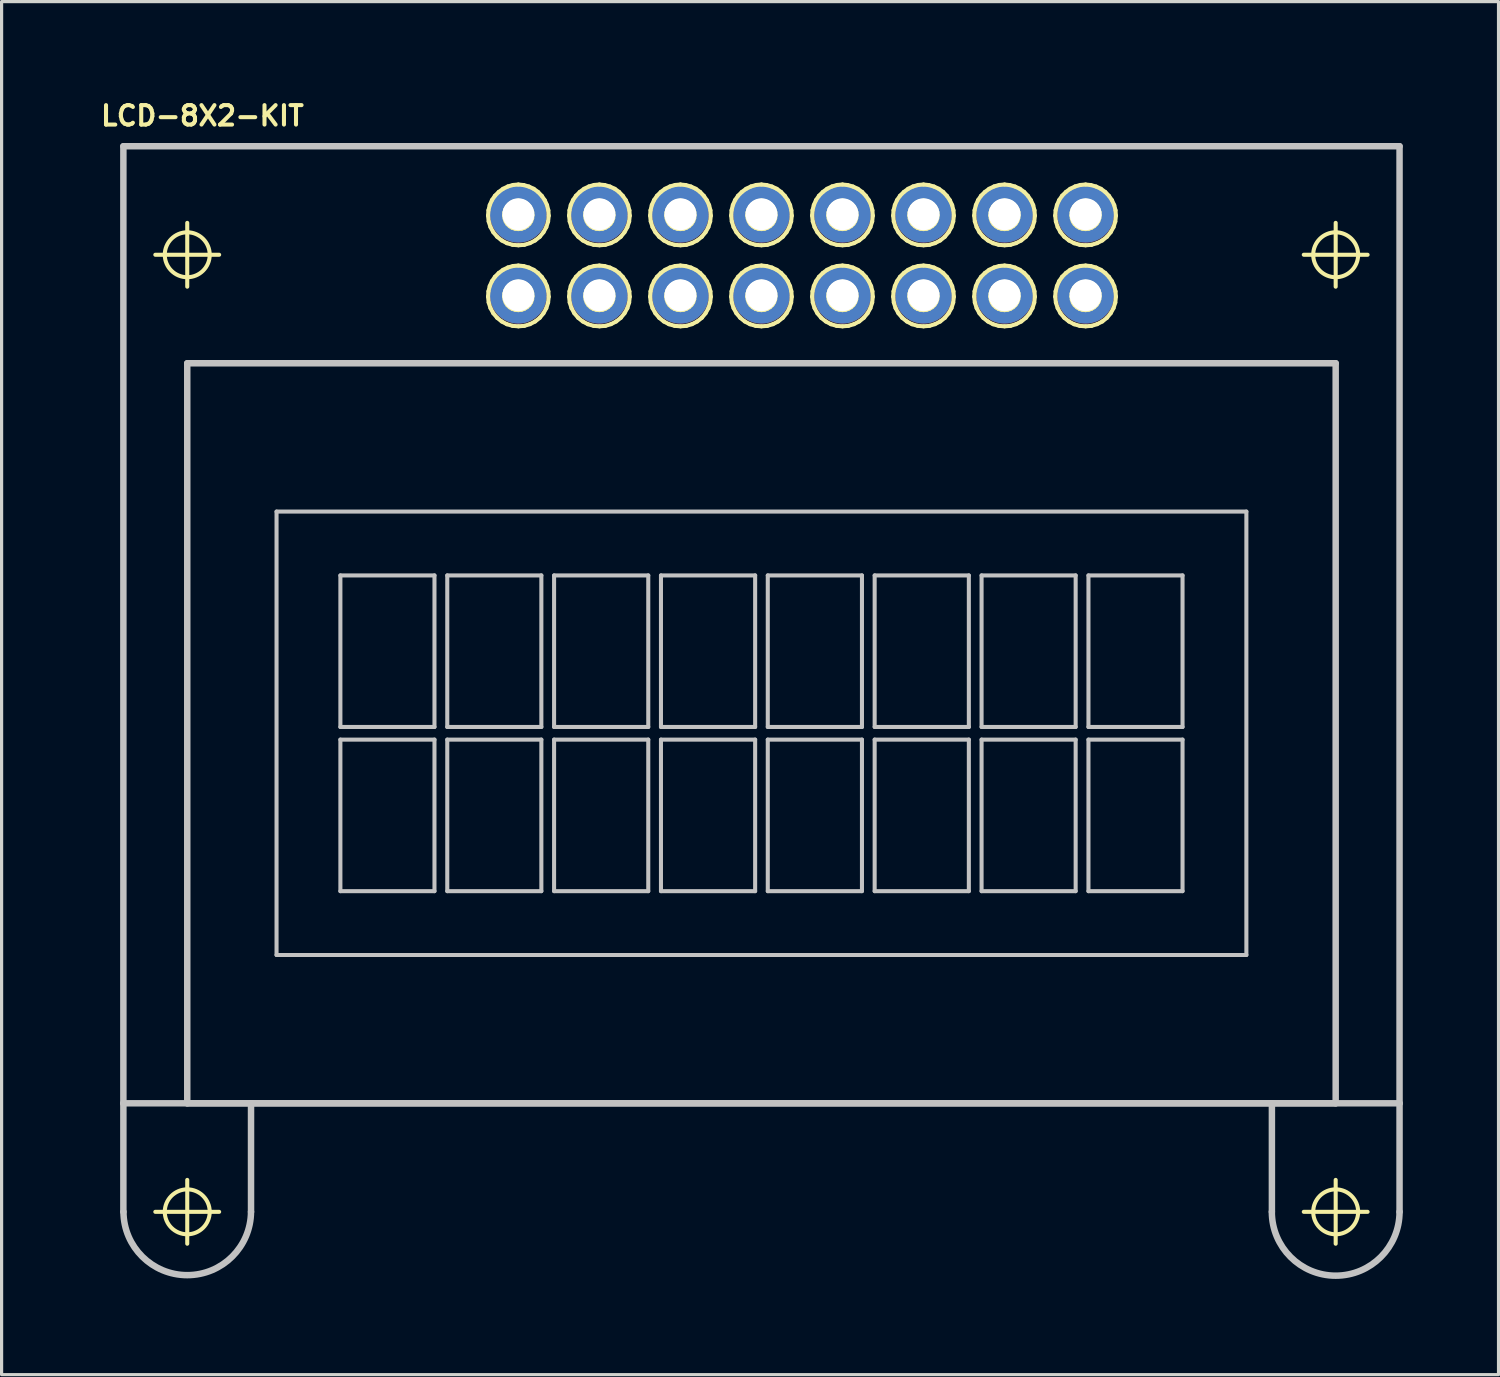
<source format=kicad_pcb>
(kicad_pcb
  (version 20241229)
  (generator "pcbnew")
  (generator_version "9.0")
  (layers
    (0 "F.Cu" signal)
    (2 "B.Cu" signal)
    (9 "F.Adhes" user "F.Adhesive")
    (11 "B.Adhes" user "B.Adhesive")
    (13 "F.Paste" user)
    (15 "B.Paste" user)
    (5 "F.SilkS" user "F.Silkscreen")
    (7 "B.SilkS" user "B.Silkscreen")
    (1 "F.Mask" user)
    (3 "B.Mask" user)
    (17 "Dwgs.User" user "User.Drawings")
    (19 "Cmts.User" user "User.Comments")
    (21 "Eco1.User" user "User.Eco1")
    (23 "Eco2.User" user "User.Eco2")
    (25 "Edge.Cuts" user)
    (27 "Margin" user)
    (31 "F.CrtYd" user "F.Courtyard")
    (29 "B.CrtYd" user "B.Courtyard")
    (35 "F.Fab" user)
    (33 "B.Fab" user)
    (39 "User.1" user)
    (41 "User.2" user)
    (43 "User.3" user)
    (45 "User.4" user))
  (footprint "LCD-8X2-KIT"
    (layer "F.Cu")
    (at 20.817 19.934)
    (property "Reference" "LCD-8X2-KIT" (at -17.523 -19.355 0) (layer "F.SilkS") (effects (font (size 0.61 0.61) (thickness 0.127))))
    (attr exclude_from_pos_files exclude_from_bom)
    (fp_line (start -18.999 -14.999) (end -16.998 -14.999) (stroke (width 0.127) (type solid)) (layer "F.SilkS"))
    (fp_line (start -18.999 14.999) (end -16.998 14.999) (stroke (width 0.127) (type solid)) (layer "F.SilkS"))
    (fp_line (start -17.998 -13.998) (end -17.998 -15.999) (stroke (width 0.127) (type solid)) (layer "F.SilkS"))
    (fp_line (start -17.998 15.999) (end -17.998 13.998) (stroke (width 0.127) (type solid)) (layer "F.SilkS"))
    (fp_line (start -8.57 -16.226) (end -8.557 -16.393) (stroke (width 0.127) (type solid)) (layer "F.SilkS"))
    (fp_line (start -8.57 -13.686) (end -8.557 -13.853) (stroke (width 0.127) (type solid)) (layer "F.SilkS"))
    (fp_line (start -8.557 -16.393) (end -8.517 -16.556) (stroke (width 0.127) (type solid)) (layer "F.SilkS"))
    (fp_line (start -8.557 -13.853) (end -8.517 -14.016) (stroke (width 0.127) (type solid)) (layer "F.SilkS"))
    (fp_line (start -8.55 -16.043) (end -8.57 -16.226) (stroke (width 0.127) (type solid)) (layer "F.SilkS"))
    (fp_line (start -8.55 -13.503) (end -8.57 -13.686) (stroke (width 0.127) (type solid)) (layer "F.SilkS"))
    (fp_line (start -8.517 -16.556) (end -8.448 -16.711) (stroke (width 0.127) (type solid)) (layer "F.SilkS"))
    (fp_line (start -8.517 -14.016) (end -8.448 -14.171) (stroke (width 0.127) (type solid)) (layer "F.SilkS"))
    (fp_line (start -8.494 -15.867) (end -8.55 -16.043) (stroke (width 0.127) (type solid)) (layer "F.SilkS"))
    (fp_line (start -8.494 -13.327) (end -8.55 -13.503) (stroke (width 0.127) (type solid)) (layer "F.SilkS"))
    (fp_line (start -8.448 -16.711) (end -8.354 -16.848) (stroke (width 0.127) (type solid)) (layer "F.SilkS"))
    (fp_line (start -8.448 -14.171) (end -8.354 -14.308) (stroke (width 0.127) (type solid)) (layer "F.SilkS"))
    (fp_line (start -8.405 -15.705) (end -8.494 -15.867) (stroke (width 0.127) (type solid)) (layer "F.SilkS"))
    (fp_line (start -8.405 -13.165) (end -8.494 -13.327) (stroke (width 0.127) (type solid)) (layer "F.SilkS"))
    (fp_line (start -8.354 -16.848) (end -8.235 -16.967) (stroke (width 0.127) (type solid)) (layer "F.SilkS"))
    (fp_line (start -8.354 -14.308) (end -8.235 -14.427) (stroke (width 0.127) (type solid)) (layer "F.SilkS"))
    (fp_line (start -8.285 -15.563) (end -8.405 -15.705) (stroke (width 0.127) (type solid)) (layer "F.SilkS"))
    (fp_line (start -8.285 -13.023) (end -8.405 -13.165) (stroke (width 0.127) (type solid)) (layer "F.SilkS"))
    (fp_line (start -8.235 -16.967) (end -8.1 -17.066) (stroke (width 0.127) (type solid)) (layer "F.SilkS"))
    (fp_line (start -8.235 -14.427) (end -8.1 -14.526) (stroke (width 0.127) (type solid)) (layer "F.SilkS"))
    (fp_line (start -8.141 -15.448) (end -8.285 -15.563) (stroke (width 0.127) (type solid)) (layer "F.SilkS"))
    (fp_line (start -8.141 -12.908) (end -8.285 -13.023) (stroke (width 0.127) (type solid)) (layer "F.SilkS"))
    (fp_line (start -8.1 -17.066) (end -7.948 -17.14) (stroke (width 0.127) (type solid)) (layer "F.SilkS"))
    (fp_line (start -8.1 -14.526) (end -7.948 -14.6) (stroke (width 0.127) (type solid)) (layer "F.SilkS"))
    (fp_line (start -8.065 -16.228) (end -8.054 -16.33) (stroke (width 0.127) (type solid)) (layer "F.SilkS"))
    (fp_line (start -8.065 -13.688) (end -8.054 -13.79) (stroke (width 0.127) (type solid)) (layer "F.SilkS"))
    (fp_line (start -8.054 -16.33) (end -8.024 -16.426) (stroke (width 0.127) (type solid)) (layer "F.SilkS"))
    (fp_line (start -8.054 -13.79) (end -8.024 -13.886) (stroke (width 0.127) (type solid)) (layer "F.SilkS"))
    (fp_line (start -8.049 -16.132) (end -8.065 -16.228) (stroke (width 0.127) (type solid)) (layer "F.SilkS"))
    (fp_line (start -8.049 -13.592) (end -8.065 -13.688) (stroke (width 0.127) (type solid)) (layer "F.SilkS"))
    (fp_line (start -8.024 -16.426) (end -7.971 -16.515) (stroke (width 0.127) (type solid)) (layer "F.SilkS"))
    (fp_line (start -8.024 -13.886) (end -7.971 -13.975) (stroke (width 0.127) (type solid)) (layer "F.SilkS"))
    (fp_line (start -8.016 -16.04) (end -8.049 -16.132) (stroke (width 0.127) (type solid)) (layer "F.SilkS"))
    (fp_line (start -8.016 -13.5) (end -8.049 -13.592) (stroke (width 0.127) (type solid)) (layer "F.SilkS"))
    (fp_line (start -7.978 -15.362) (end -8.141 -15.448) (stroke (width 0.127) (type solid)) (layer "F.SilkS"))
    (fp_line (start -7.978 -12.822) (end -8.141 -12.908) (stroke (width 0.127) (type solid)) (layer "F.SilkS"))
    (fp_line (start -7.971 -16.515) (end -7.899 -16.589) (stroke (width 0.127) (type solid)) (layer "F.SilkS"))
    (fp_line (start -7.971 -13.975) (end -7.899 -14.049) (stroke (width 0.127) (type solid)) (layer "F.SilkS"))
    (fp_line (start -7.963 -15.959) (end -8.016 -16.04) (stroke (width 0.127) (type solid)) (layer "F.SilkS"))
    (fp_line (start -7.963 -13.419) (end -8.016 -13.5) (stroke (width 0.127) (type solid)) (layer "F.SilkS"))
    (fp_line (start -7.948 -17.14) (end -7.785 -17.186) (stroke (width 0.127) (type solid)) (layer "F.SilkS"))
    (fp_line (start -7.948 -14.6) (end -7.785 -14.646) (stroke (width 0.127) (type solid)) (layer "F.SilkS"))
    (fp_line (start -7.899 -16.589) (end -7.816 -16.645) (stroke (width 0.127) (type solid)) (layer "F.SilkS"))
    (fp_line (start -7.899 -14.049) (end -7.816 -14.105) (stroke (width 0.127) (type solid)) (layer "F.SilkS"))
    (fp_line (start -7.892 -15.893) (end -7.963 -15.959) (stroke (width 0.127) (type solid)) (layer "F.SilkS"))
    (fp_line (start -7.892 -13.353) (end -7.963 -13.419) (stroke (width 0.127) (type solid)) (layer "F.SilkS"))
    (fp_line (start -7.816 -16.645) (end -7.719 -16.683) (stroke (width 0.127) (type solid)) (layer "F.SilkS"))
    (fp_line (start -7.816 -14.105) (end -7.719 -14.143) (stroke (width 0.127) (type solid)) (layer "F.SilkS"))
    (fp_line (start -7.808 -15.842) (end -7.892 -15.893) (stroke (width 0.127) (type solid)) (layer "F.SilkS"))
    (fp_line (start -7.808 -13.302) (end -7.892 -13.353) (stroke (width 0.127) (type solid)) (layer "F.SilkS"))
    (fp_line (start -7.8 -15.311) (end -7.978 -15.362) (stroke (width 0.127) (type solid)) (layer "F.SilkS"))
    (fp_line (start -7.8 -12.771) (end -7.978 -12.822) (stroke (width 0.127) (type solid)) (layer "F.SilkS"))
    (fp_line (start -7.785 -17.186) (end -7.62 -17.201) (stroke (width 0.127) (type solid)) (layer "F.SilkS"))
    (fp_line (start -7.785 -14.646) (end -7.62 -14.661) (stroke (width 0.127) (type solid)) (layer "F.SilkS"))
    (fp_line (start -7.719 -16.683) (end -7.62 -16.695) (stroke (width 0.127) (type solid)) (layer "F.SilkS"))
    (fp_line (start -7.719 -14.143) (end -7.62 -14.155) (stroke (width 0.127) (type solid)) (layer "F.SilkS"))
    (fp_line (start -7.717 -15.814) (end -7.808 -15.842) (stroke (width 0.127) (type solid)) (layer "F.SilkS"))
    (fp_line (start -7.717 -13.274) (end -7.808 -13.302) (stroke (width 0.127) (type solid)) (layer "F.SilkS"))
    (fp_line (start -7.62 -17.201) (end -7.452 -17.183) (stroke (width 0.127) (type solid)) (layer "F.SilkS"))
    (fp_line (start -7.62 -16.695) (end -7.518 -16.683) (stroke (width 0.127) (type solid)) (layer "F.SilkS"))
    (fp_line (start -7.62 -15.804) (end -7.717 -15.814) (stroke (width 0.127) (type solid)) (layer "F.SilkS"))
    (fp_line (start -7.62 -14.661) (end -7.452 -14.643) (stroke (width 0.127) (type solid)) (layer "F.SilkS"))
    (fp_line (start -7.62 -14.155) (end -7.518 -14.143) (stroke (width 0.127) (type solid)) (layer "F.SilkS"))
    (fp_line (start -7.62 -13.264) (end -7.717 -13.274) (stroke (width 0.127) (type solid)) (layer "F.SilkS"))
    (fp_line (start -7.617 -15.296) (end -7.8 -15.311) (stroke (width 0.127) (type solid)) (layer "F.SilkS"))
    (fp_line (start -7.617 -12.756) (end -7.8 -12.771) (stroke (width 0.127) (type solid)) (layer "F.SilkS"))
    (fp_line (start -7.521 -15.814) (end -7.62 -15.804) (stroke (width 0.127) (type solid)) (layer "F.SilkS"))
    (fp_line (start -7.521 -13.274) (end -7.62 -13.264) (stroke (width 0.127) (type solid)) (layer "F.SilkS"))
    (fp_line (start -7.518 -16.683) (end -7.424 -16.647) (stroke (width 0.127) (type solid)) (layer "F.SilkS"))
    (fp_line (start -7.518 -14.143) (end -7.424 -14.107) (stroke (width 0.127) (type solid)) (layer "F.SilkS"))
    (fp_line (start -7.452 -17.183) (end -7.29 -17.137) (stroke (width 0.127) (type solid)) (layer "F.SilkS"))
    (fp_line (start -7.452 -14.643) (end -7.29 -14.597) (stroke (width 0.127) (type solid)) (layer "F.SilkS"))
    (fp_line (start -7.432 -15.311) (end -7.617 -15.296) (stroke (width 0.127) (type solid)) (layer "F.SilkS"))
    (fp_line (start -7.432 -12.771) (end -7.617 -12.756) (stroke (width 0.127) (type solid)) (layer "F.SilkS"))
    (fp_line (start -7.429 -15.847) (end -7.521 -15.814) (stroke (width 0.127) (type solid)) (layer "F.SilkS"))
    (fp_line (start -7.429 -13.307) (end -7.521 -13.274) (stroke (width 0.127) (type solid)) (layer "F.SilkS"))
    (fp_line (start -7.424 -16.647) (end -7.341 -16.594) (stroke (width 0.127) (type solid)) (layer "F.SilkS"))
    (fp_line (start -7.424 -14.107) (end -7.341 -14.054) (stroke (width 0.127) (type solid)) (layer "F.SilkS"))
    (fp_line (start -7.346 -15.898) (end -7.429 -15.847) (stroke (width 0.127) (type solid)) (layer "F.SilkS"))
    (fp_line (start -7.346 -13.358) (end -7.429 -13.307) (stroke (width 0.127) (type solid)) (layer "F.SilkS"))
    (fp_line (start -7.341 -16.594) (end -7.269 -16.52) (stroke (width 0.127) (type solid)) (layer "F.SilkS"))
    (fp_line (start -7.341 -14.054) (end -7.269 -13.98) (stroke (width 0.127) (type solid)) (layer "F.SilkS"))
    (fp_line (start -7.29 -17.137) (end -7.137 -17.066) (stroke (width 0.127) (type solid)) (layer "F.SilkS"))
    (fp_line (start -7.29 -14.597) (end -7.137 -14.526) (stroke (width 0.127) (type solid)) (layer "F.SilkS"))
    (fp_line (start -7.275 -15.966) (end -7.346 -15.898) (stroke (width 0.127) (type solid)) (layer "F.SilkS"))
    (fp_line (start -7.275 -13.426) (end -7.346 -13.358) (stroke (width 0.127) (type solid)) (layer "F.SilkS"))
    (fp_line (start -7.269 -16.52) (end -7.219 -16.434) (stroke (width 0.127) (type solid)) (layer "F.SilkS"))
    (fp_line (start -7.269 -13.98) (end -7.219 -13.894) (stroke (width 0.127) (type solid)) (layer "F.SilkS"))
    (fp_line (start -7.257 -15.364) (end -7.432 -15.311) (stroke (width 0.127) (type solid)) (layer "F.SilkS"))
    (fp_line (start -7.257 -12.824) (end -7.432 -12.771) (stroke (width 0.127) (type solid)) (layer "F.SilkS"))
    (fp_line (start -7.221 -16.048) (end -7.275 -15.966) (stroke (width 0.127) (type solid)) (layer "F.SilkS"))
    (fp_line (start -7.221 -13.508) (end -7.275 -13.426) (stroke (width 0.127) (type solid)) (layer "F.SilkS"))
    (fp_line (start -7.219 -16.434) (end -7.186 -16.34) (stroke (width 0.127) (type solid)) (layer "F.SilkS"))
    (fp_line (start -7.219 -13.894) (end -7.186 -13.8) (stroke (width 0.127) (type solid)) (layer "F.SilkS"))
    (fp_line (start -7.188 -16.142) (end -7.221 -16.048) (stroke (width 0.127) (type solid)) (layer "F.SilkS"))
    (fp_line (start -7.188 -13.602) (end -7.221 -13.508) (stroke (width 0.127) (type solid)) (layer "F.SilkS"))
    (fp_line (start -7.186 -16.34) (end -7.178 -16.238) (stroke (width 0.127) (type solid)) (layer "F.SilkS"))
    (fp_line (start -7.186 -13.8) (end -7.178 -13.698) (stroke (width 0.127) (type solid)) (layer "F.SilkS"))
    (fp_line (start -7.178 -16.238) (end -7.188 -16.142) (stroke (width 0.127) (type solid)) (layer "F.SilkS"))
    (fp_line (start -7.178 -13.698) (end -7.188 -13.602) (stroke (width 0.127) (type solid)) (layer "F.SilkS"))
    (fp_line (start -7.137 -17.066) (end -7.003 -16.967) (stroke (width 0.127) (type solid)) (layer "F.SilkS"))
    (fp_line (start -7.137 -14.526) (end -7.003 -14.427) (stroke (width 0.127) (type solid)) (layer "F.SilkS"))
    (fp_line (start -7.094 -15.448) (end -7.257 -15.364) (stroke (width 0.127) (type solid)) (layer "F.SilkS"))
    (fp_line (start -7.094 -12.908) (end -7.257 -12.824) (stroke (width 0.127) (type solid)) (layer "F.SilkS"))
    (fp_line (start -7.003 -16.967) (end -6.886 -16.845) (stroke (width 0.127) (type solid)) (layer "F.SilkS"))
    (fp_line (start -7.003 -14.427) (end -6.886 -14.305) (stroke (width 0.127) (type solid)) (layer "F.SilkS"))
    (fp_line (start -6.949 -15.563) (end -7.094 -15.448) (stroke (width 0.127) (type solid)) (layer "F.SilkS"))
    (fp_line (start -6.949 -13.023) (end -7.094 -12.908) (stroke (width 0.127) (type solid)) (layer "F.SilkS"))
    (fp_line (start -6.886 -16.845) (end -6.792 -16.708) (stroke (width 0.127) (type solid)) (layer "F.SilkS"))
    (fp_line (start -6.886 -14.305) (end -6.792 -14.168) (stroke (width 0.127) (type solid)) (layer "F.SilkS"))
    (fp_line (start -6.833 -15.705) (end -6.949 -15.563) (stroke (width 0.127) (type solid)) (layer "F.SilkS"))
    (fp_line (start -6.833 -13.165) (end -6.949 -13.023) (stroke (width 0.127) (type solid)) (layer "F.SilkS"))
    (fp_line (start -6.792 -16.708) (end -6.721 -16.553) (stroke (width 0.127) (type solid)) (layer "F.SilkS"))
    (fp_line (start -6.792 -14.168) (end -6.721 -14.013) (stroke (width 0.127) (type solid)) (layer "F.SilkS"))
    (fp_line (start -6.744 -15.865) (end -6.833 -15.705) (stroke (width 0.127) (type solid)) (layer "F.SilkS"))
    (fp_line (start -6.744 -13.325) (end -6.833 -13.165) (stroke (width 0.127) (type solid)) (layer "F.SilkS"))
    (fp_line (start -6.721 -16.553) (end -6.68 -16.391) (stroke (width 0.127) (type solid)) (layer "F.SilkS"))
    (fp_line (start -6.721 -14.013) (end -6.68 -13.851) (stroke (width 0.127) (type solid)) (layer "F.SilkS"))
    (fp_line (start -6.688 -16.04) (end -6.744 -15.865) (stroke (width 0.127) (type solid)) (layer "F.SilkS"))
    (fp_line (start -6.688 -13.5) (end -6.744 -13.325) (stroke (width 0.127) (type solid)) (layer "F.SilkS"))
    (fp_line (start -6.68 -16.391) (end -6.668 -16.223) (stroke (width 0.127) (type solid)) (layer "F.SilkS"))
    (fp_line (start -6.68 -13.851) (end -6.668 -13.683) (stroke (width 0.127) (type solid)) (layer "F.SilkS"))
    (fp_line (start -6.668 -16.223) (end -6.688 -16.04) (stroke (width 0.127) (type solid)) (layer "F.SilkS"))
    (fp_line (start -6.668 -13.683) (end -6.688 -13.5) (stroke (width 0.127) (type solid)) (layer "F.SilkS"))
    (fp_line (start -6.03 -16.226) (end -6.017 -16.393) (stroke (width 0.127) (type solid)) (layer "F.SilkS"))
    (fp_line (start -6.03 -13.686) (end -6.017 -13.853) (stroke (width 0.127) (type solid)) (layer "F.SilkS"))
    (fp_line (start -6.017 -16.393) (end -5.977 -16.556) (stroke (width 0.127) (type solid)) (layer "F.SilkS"))
    (fp_line (start -6.017 -13.853) (end -5.977 -14.016) (stroke (width 0.127) (type solid)) (layer "F.SilkS"))
    (fp_line (start -6.01 -16.043) (end -6.03 -16.226) (stroke (width 0.127) (type solid)) (layer "F.SilkS"))
    (fp_line (start -6.01 -13.503) (end -6.03 -13.686) (stroke (width 0.127) (type solid)) (layer "F.SilkS"))
    (fp_line (start -5.977 -16.556) (end -5.908 -16.711) (stroke (width 0.127) (type solid)) (layer "F.SilkS"))
    (fp_line (start -5.977 -14.016) (end -5.908 -14.171) (stroke (width 0.127) (type solid)) (layer "F.SilkS"))
    (fp_line (start -5.954 -15.867) (end -6.01 -16.043) (stroke (width 0.127) (type solid)) (layer "F.SilkS"))
    (fp_line (start -5.954 -13.327) (end -6.01 -13.503) (stroke (width 0.127) (type solid)) (layer "F.SilkS"))
    (fp_line (start -5.908 -16.711) (end -5.814 -16.848) (stroke (width 0.127) (type solid)) (layer "F.SilkS"))
    (fp_line (start -5.908 -14.171) (end -5.814 -14.308) (stroke (width 0.127) (type solid)) (layer "F.SilkS"))
    (fp_line (start -5.865 -15.705) (end -5.954 -15.867) (stroke (width 0.127) (type solid)) (layer "F.SilkS"))
    (fp_line (start -5.865 -13.165) (end -5.954 -13.327) (stroke (width 0.127) (type solid)) (layer "F.SilkS"))
    (fp_line (start -5.814 -16.848) (end -5.695 -16.967) (stroke (width 0.127) (type solid)) (layer "F.SilkS"))
    (fp_line (start -5.814 -14.308) (end -5.695 -14.427) (stroke (width 0.127) (type solid)) (layer "F.SilkS"))
    (fp_line (start -5.745 -15.563) (end -5.865 -15.705) (stroke (width 0.127) (type solid)) (layer "F.SilkS"))
    (fp_line (start -5.745 -13.023) (end -5.865 -13.165) (stroke (width 0.127) (type solid)) (layer "F.SilkS"))
    (fp_line (start -5.695 -16.967) (end -5.56 -17.066) (stroke (width 0.127) (type solid)) (layer "F.SilkS"))
    (fp_line (start -5.695 -14.427) (end -5.56 -14.526) (stroke (width 0.127) (type solid)) (layer "F.SilkS"))
    (fp_line (start -5.601 -15.448) (end -5.745 -15.563) (stroke (width 0.127) (type solid)) (layer "F.SilkS"))
    (fp_line (start -5.601 -12.908) (end -5.745 -13.023) (stroke (width 0.127) (type solid)) (layer "F.SilkS"))
    (fp_line (start -5.56 -17.066) (end -5.408 -17.14) (stroke (width 0.127) (type solid)) (layer "F.SilkS"))
    (fp_line (start -5.56 -14.526) (end -5.408 -14.6) (stroke (width 0.127) (type solid)) (layer "F.SilkS"))
    (fp_line (start -5.524 -16.228) (end -5.514 -16.33) (stroke (width 0.127) (type solid)) (layer "F.SilkS"))
    (fp_line (start -5.524 -13.688) (end -5.514 -13.79) (stroke (width 0.127) (type solid)) (layer "F.SilkS"))
    (fp_line (start -5.514 -16.33) (end -5.484 -16.426) (stroke (width 0.127) (type solid)) (layer "F.SilkS"))
    (fp_line (start -5.514 -13.79) (end -5.484 -13.886) (stroke (width 0.127) (type solid)) (layer "F.SilkS"))
    (fp_line (start -5.509 -16.132) (end -5.524 -16.228) (stroke (width 0.127) (type solid)) (layer "F.SilkS"))
    (fp_line (start -5.509 -13.592) (end -5.524 -13.688) (stroke (width 0.127) (type solid)) (layer "F.SilkS"))
    (fp_line (start -5.484 -16.426) (end -5.431 -16.515) (stroke (width 0.127) (type solid)) (layer "F.SilkS"))
    (fp_line (start -5.484 -13.886) (end -5.431 -13.975) (stroke (width 0.127) (type solid)) (layer "F.SilkS"))
    (fp_line (start -5.476 -16.04) (end -5.509 -16.132) (stroke (width 0.127) (type solid)) (layer "F.SilkS"))
    (fp_line (start -5.476 -13.5) (end -5.509 -13.592) (stroke (width 0.127) (type solid)) (layer "F.SilkS"))
    (fp_line (start -5.438 -15.362) (end -5.601 -15.448) (stroke (width 0.127) (type solid)) (layer "F.SilkS"))
    (fp_line (start -5.438 -12.822) (end -5.601 -12.908) (stroke (width 0.127) (type solid)) (layer "F.SilkS"))
    (fp_line (start -5.431 -16.515) (end -5.359 -16.589) (stroke (width 0.127) (type solid)) (layer "F.SilkS"))
    (fp_line (start -5.431 -13.975) (end -5.359 -14.049) (stroke (width 0.127) (type solid)) (layer "F.SilkS"))
    (fp_line (start -5.423 -15.959) (end -5.476 -16.04) (stroke (width 0.127) (type solid)) (layer "F.SilkS"))
    (fp_line (start -5.423 -13.419) (end -5.476 -13.5) (stroke (width 0.127) (type solid)) (layer "F.SilkS"))
    (fp_line (start -5.408 -17.14) (end -5.245 -17.186) (stroke (width 0.127) (type solid)) (layer "F.SilkS"))
    (fp_line (start -5.408 -14.6) (end -5.245 -14.646) (stroke (width 0.127) (type solid)) (layer "F.SilkS"))
    (fp_line (start -5.359 -16.589) (end -5.276 -16.645) (stroke (width 0.127) (type solid)) (layer "F.SilkS"))
    (fp_line (start -5.359 -14.049) (end -5.276 -14.105) (stroke (width 0.127) (type solid)) (layer "F.SilkS"))
    (fp_line (start -5.352 -15.893) (end -5.423 -15.959) (stroke (width 0.127) (type solid)) (layer "F.SilkS"))
    (fp_line (start -5.352 -13.353) (end -5.423 -13.419) (stroke (width 0.127) (type solid)) (layer "F.SilkS"))
    (fp_line (start -5.276 -16.645) (end -5.179 -16.683) (stroke (width 0.127) (type solid)) (layer "F.SilkS"))
    (fp_line (start -5.276 -14.105) (end -5.179 -14.143) (stroke (width 0.127) (type solid)) (layer "F.SilkS"))
    (fp_line (start -5.268 -15.842) (end -5.352 -15.893) (stroke (width 0.127) (type solid)) (layer "F.SilkS"))
    (fp_line (start -5.268 -13.302) (end -5.352 -13.353) (stroke (width 0.127) (type solid)) (layer "F.SilkS"))
    (fp_line (start -5.26 -15.311) (end -5.438 -15.362) (stroke (width 0.127) (type solid)) (layer "F.SilkS"))
    (fp_line (start -5.26 -12.771) (end -5.438 -12.822) (stroke (width 0.127) (type solid)) (layer "F.SilkS"))
    (fp_line (start -5.245 -17.186) (end -5.08 -17.201) (stroke (width 0.127) (type solid)) (layer "F.SilkS"))
    (fp_line (start -5.245 -14.646) (end -5.08 -14.661) (stroke (width 0.127) (type solid)) (layer "F.SilkS"))
    (fp_line (start -5.179 -16.683) (end -5.08 -16.695) (stroke (width 0.127) (type solid)) (layer "F.SilkS"))
    (fp_line (start -5.179 -14.143) (end -5.08 -14.155) (stroke (width 0.127) (type solid)) (layer "F.SilkS"))
    (fp_line (start -5.177 -15.814) (end -5.268 -15.842) (stroke (width 0.127) (type solid)) (layer "F.SilkS"))
    (fp_line (start -5.177 -13.274) (end -5.268 -13.302) (stroke (width 0.127) (type solid)) (layer "F.SilkS"))
    (fp_line (start -5.08 -17.201) (end -4.912 -17.183) (stroke (width 0.127) (type solid)) (layer "F.SilkS"))
    (fp_line (start -5.08 -16.695) (end -4.978 -16.683) (stroke (width 0.127) (type solid)) (layer "F.SilkS"))
    (fp_line (start -5.08 -15.804) (end -5.177 -15.814) (stroke (width 0.127) (type solid)) (layer "F.SilkS"))
    (fp_line (start -5.08 -14.661) (end -4.912 -14.643) (stroke (width 0.127) (type solid)) (layer "F.SilkS"))
    (fp_line (start -5.08 -14.155) (end -4.978 -14.143) (stroke (width 0.127) (type solid)) (layer "F.SilkS"))
    (fp_line (start -5.08 -13.264) (end -5.177 -13.274) (stroke (width 0.127) (type solid)) (layer "F.SilkS"))
    (fp_line (start -5.077 -15.296) (end -5.26 -15.311) (stroke (width 0.127) (type solid)) (layer "F.SilkS"))
    (fp_line (start -5.077 -12.756) (end -5.26 -12.771) (stroke (width 0.127) (type solid)) (layer "F.SilkS"))
    (fp_line (start -4.981 -15.814) (end -5.08 -15.804) (stroke (width 0.127) (type solid)) (layer "F.SilkS"))
    (fp_line (start -4.981 -13.274) (end -5.08 -13.264) (stroke (width 0.127) (type solid)) (layer "F.SilkS"))
    (fp_line (start -4.978 -16.683) (end -4.884 -16.647) (stroke (width 0.127) (type solid)) (layer "F.SilkS"))
    (fp_line (start -4.978 -14.143) (end -4.884 -14.107) (stroke (width 0.127) (type solid)) (layer "F.SilkS"))
    (fp_line (start -4.912 -17.183) (end -4.75 -17.137) (stroke (width 0.127) (type solid)) (layer "F.SilkS"))
    (fp_line (start -4.912 -14.643) (end -4.75 -14.597) (stroke (width 0.127) (type solid)) (layer "F.SilkS"))
    (fp_line (start -4.892 -15.311) (end -5.077 -15.296) (stroke (width 0.127) (type solid)) (layer "F.SilkS"))
    (fp_line (start -4.892 -12.771) (end -5.077 -12.756) (stroke (width 0.127) (type solid)) (layer "F.SilkS"))
    (fp_line (start -4.889 -15.847) (end -4.981 -15.814) (stroke (width 0.127) (type solid)) (layer "F.SilkS"))
    (fp_line (start -4.889 -13.307) (end -4.981 -13.274) (stroke (width 0.127) (type solid)) (layer "F.SilkS"))
    (fp_line (start -4.884 -16.647) (end -4.801 -16.594) (stroke (width 0.127) (type solid)) (layer "F.SilkS"))
    (fp_line (start -4.884 -14.107) (end -4.801 -14.054) (stroke (width 0.127) (type solid)) (layer "F.SilkS"))
    (fp_line (start -4.806 -15.898) (end -4.889 -15.847) (stroke (width 0.127) (type solid)) (layer "F.SilkS"))
    (fp_line (start -4.806 -13.358) (end -4.889 -13.307) (stroke (width 0.127) (type solid)) (layer "F.SilkS"))
    (fp_line (start -4.801 -16.594) (end -4.729 -16.52) (stroke (width 0.127) (type solid)) (layer "F.SilkS"))
    (fp_line (start -4.801 -14.054) (end -4.729 -13.98) (stroke (width 0.127) (type solid)) (layer "F.SilkS"))
    (fp_line (start -4.75 -17.137) (end -4.597 -17.066) (stroke (width 0.127) (type solid)) (layer "F.SilkS"))
    (fp_line (start -4.75 -14.597) (end -4.597 -14.526) (stroke (width 0.127) (type solid)) (layer "F.SilkS"))
    (fp_line (start -4.735 -15.966) (end -4.806 -15.898) (stroke (width 0.127) (type solid)) (layer "F.SilkS"))
    (fp_line (start -4.735 -13.426) (end -4.806 -13.358) (stroke (width 0.127) (type solid)) (layer "F.SilkS"))
    (fp_line (start -4.729 -16.52) (end -4.679 -16.434) (stroke (width 0.127) (type solid)) (layer "F.SilkS"))
    (fp_line (start -4.729 -13.98) (end -4.679 -13.894) (stroke (width 0.127) (type solid)) (layer "F.SilkS"))
    (fp_line (start -4.717 -15.364) (end -4.892 -15.311) (stroke (width 0.127) (type solid)) (layer "F.SilkS"))
    (fp_line (start -4.717 -12.824) (end -4.892 -12.771) (stroke (width 0.127) (type solid)) (layer "F.SilkS"))
    (fp_line (start -4.681 -16.048) (end -4.735 -15.966) (stroke (width 0.127) (type solid)) (layer "F.SilkS"))
    (fp_line (start -4.681 -13.508) (end -4.735 -13.426) (stroke (width 0.127) (type solid)) (layer "F.SilkS"))
    (fp_line (start -4.679 -16.434) (end -4.646 -16.34) (stroke (width 0.127) (type solid)) (layer "F.SilkS"))
    (fp_line (start -4.679 -13.894) (end -4.646 -13.8) (stroke (width 0.127) (type solid)) (layer "F.SilkS"))
    (fp_line (start -4.648 -16.142) (end -4.681 -16.048) (stroke (width 0.127) (type solid)) (layer "F.SilkS"))
    (fp_line (start -4.648 -13.602) (end -4.681 -13.508) (stroke (width 0.127) (type solid)) (layer "F.SilkS"))
    (fp_line (start -4.646 -16.34) (end -4.638 -16.238) (stroke (width 0.127) (type solid)) (layer "F.SilkS"))
    (fp_line (start -4.646 -13.8) (end -4.638 -13.698) (stroke (width 0.127) (type solid)) (layer "F.SilkS"))
    (fp_line (start -4.638 -16.238) (end -4.648 -16.142) (stroke (width 0.127) (type solid)) (layer "F.SilkS"))
    (fp_line (start -4.638 -13.698) (end -4.648 -13.602) (stroke (width 0.127) (type solid)) (layer "F.SilkS"))
    (fp_line (start -4.597 -17.066) (end -4.463 -16.967) (stroke (width 0.127) (type solid)) (layer "F.SilkS"))
    (fp_line (start -4.597 -14.526) (end -4.463 -14.427) (stroke (width 0.127) (type solid)) (layer "F.SilkS"))
    (fp_line (start -4.554 -15.448) (end -4.717 -15.364) (stroke (width 0.127) (type solid)) (layer "F.SilkS"))
    (fp_line (start -4.554 -12.908) (end -4.717 -12.824) (stroke (width 0.127) (type solid)) (layer "F.SilkS"))
    (fp_line (start -4.463 -16.967) (end -4.346 -16.845) (stroke (width 0.127) (type solid)) (layer "F.SilkS"))
    (fp_line (start -4.463 -14.427) (end -4.346 -14.305) (stroke (width 0.127) (type solid)) (layer "F.SilkS"))
    (fp_line (start -4.409 -15.563) (end -4.554 -15.448) (stroke (width 0.127) (type solid)) (layer "F.SilkS"))
    (fp_line (start -4.409 -13.023) (end -4.554 -12.908) (stroke (width 0.127) (type solid)) (layer "F.SilkS"))
    (fp_line (start -4.346 -16.845) (end -4.252 -16.708) (stroke (width 0.127) (type solid)) (layer "F.SilkS"))
    (fp_line (start -4.346 -14.305) (end -4.252 -14.168) (stroke (width 0.127) (type solid)) (layer "F.SilkS"))
    (fp_line (start -4.293 -15.705) (end -4.409 -15.563) (stroke (width 0.127) (type solid)) (layer "F.SilkS"))
    (fp_line (start -4.293 -13.165) (end -4.409 -13.023) (stroke (width 0.127) (type solid)) (layer "F.SilkS"))
    (fp_line (start -4.252 -16.708) (end -4.181 -16.553) (stroke (width 0.127) (type solid)) (layer "F.SilkS"))
    (fp_line (start -4.252 -14.168) (end -4.181 -14.013) (stroke (width 0.127) (type solid)) (layer "F.SilkS"))
    (fp_line (start -4.204 -15.865) (end -4.293 -15.705) (stroke (width 0.127) (type solid)) (layer "F.SilkS"))
    (fp_line (start -4.204 -13.325) (end -4.293 -13.165) (stroke (width 0.127) (type solid)) (layer "F.SilkS"))
    (fp_line (start -4.181 -16.553) (end -4.14 -16.391) (stroke (width 0.127) (type solid)) (layer "F.SilkS"))
    (fp_line (start -4.181 -14.013) (end -4.14 -13.851) (stroke (width 0.127) (type solid)) (layer "F.SilkS"))
    (fp_line (start -4.148 -16.04) (end -4.204 -15.865) (stroke (width 0.127) (type solid)) (layer "F.SilkS"))
    (fp_line (start -4.148 -13.5) (end -4.204 -13.325) (stroke (width 0.127) (type solid)) (layer "F.SilkS"))
    (fp_line (start -4.14 -16.391) (end -4.128 -16.223) (stroke (width 0.127) (type solid)) (layer "F.SilkS"))
    (fp_line (start -4.14 -13.851) (end -4.128 -13.683) (stroke (width 0.127) (type solid)) (layer "F.SilkS"))
    (fp_line (start -4.128 -16.223) (end -4.148 -16.04) (stroke (width 0.127) (type solid)) (layer "F.SilkS"))
    (fp_line (start -4.128 -13.683) (end -4.148 -13.5) (stroke (width 0.127) (type solid)) (layer "F.SilkS"))
    (fp_line (start -3.49 -16.226) (end -3.477 -16.393) (stroke (width 0.127) (type solid)) (layer "F.SilkS"))
    (fp_line (start -3.49 -13.686) (end -3.477 -13.853) (stroke (width 0.127) (type solid)) (layer "F.SilkS"))
    (fp_line (start -3.477 -16.393) (end -3.437 -16.556) (stroke (width 0.127) (type solid)) (layer "F.SilkS"))
    (fp_line (start -3.477 -13.853) (end -3.437 -14.016) (stroke (width 0.127) (type solid)) (layer "F.SilkS"))
    (fp_line (start -3.47 -16.043) (end -3.49 -16.226) (stroke (width 0.127) (type solid)) (layer "F.SilkS"))
    (fp_line (start -3.47 -13.503) (end -3.49 -13.686) (stroke (width 0.127) (type solid)) (layer "F.SilkS"))
    (fp_line (start -3.437 -16.556) (end -3.368 -16.711) (stroke (width 0.127) (type solid)) (layer "F.SilkS"))
    (fp_line (start -3.437 -14.016) (end -3.368 -14.171) (stroke (width 0.127) (type solid)) (layer "F.SilkS"))
    (fp_line (start -3.414 -15.867) (end -3.47 -16.043) (stroke (width 0.127) (type solid)) (layer "F.SilkS"))
    (fp_line (start -3.414 -13.327) (end -3.47 -13.503) (stroke (width 0.127) (type solid)) (layer "F.SilkS"))
    (fp_line (start -3.368 -16.711) (end -3.274 -16.848) (stroke (width 0.127) (type solid)) (layer "F.SilkS"))
    (fp_line (start -3.368 -14.171) (end -3.274 -14.308) (stroke (width 0.127) (type solid)) (layer "F.SilkS"))
    (fp_line (start -3.325 -15.705) (end -3.414 -15.867) (stroke (width 0.127) (type solid)) (layer "F.SilkS"))
    (fp_line (start -3.325 -13.165) (end -3.414 -13.327) (stroke (width 0.127) (type solid)) (layer "F.SilkS"))
    (fp_line (start -3.274 -16.848) (end -3.155 -16.967) (stroke (width 0.127) (type solid)) (layer "F.SilkS"))
    (fp_line (start -3.274 -14.308) (end -3.155 -14.427) (stroke (width 0.127) (type solid)) (layer "F.SilkS"))
    (fp_line (start -3.205 -15.563) (end -3.325 -15.705) (stroke (width 0.127) (type solid)) (layer "F.SilkS"))
    (fp_line (start -3.205 -13.023) (end -3.325 -13.165) (stroke (width 0.127) (type solid)) (layer "F.SilkS"))
    (fp_line (start -3.155 -16.967) (end -3.02 -17.066) (stroke (width 0.127) (type solid)) (layer "F.SilkS"))
    (fp_line (start -3.155 -14.427) (end -3.02 -14.526) (stroke (width 0.127) (type solid)) (layer "F.SilkS"))
    (fp_line (start -3.061 -15.448) (end -3.205 -15.563) (stroke (width 0.127) (type solid)) (layer "F.SilkS"))
    (fp_line (start -3.061 -12.908) (end -3.205 -13.023) (stroke (width 0.127) (type solid)) (layer "F.SilkS"))
    (fp_line (start -3.02 -17.066) (end -2.868 -17.14) (stroke (width 0.127) (type solid)) (layer "F.SilkS"))
    (fp_line (start -3.02 -14.526) (end -2.868 -14.6) (stroke (width 0.127) (type solid)) (layer "F.SilkS"))
    (fp_line (start -2.985 -16.228) (end -2.974 -16.33) (stroke (width 0.127) (type solid)) (layer "F.SilkS"))
    (fp_line (start -2.985 -13.688) (end -2.974 -13.79) (stroke (width 0.127) (type solid)) (layer "F.SilkS"))
    (fp_line (start -2.974 -16.33) (end -2.944 -16.426) (stroke (width 0.127) (type solid)) (layer "F.SilkS"))
    (fp_line (start -2.974 -13.79) (end -2.944 -13.886) (stroke (width 0.127) (type solid)) (layer "F.SilkS"))
    (fp_line (start -2.969 -16.132) (end -2.985 -16.228) (stroke (width 0.127) (type solid)) (layer "F.SilkS"))
    (fp_line (start -2.969 -13.592) (end -2.985 -13.688) (stroke (width 0.127) (type solid)) (layer "F.SilkS"))
    (fp_line (start -2.944 -16.426) (end -2.891 -16.515) (stroke (width 0.127) (type solid)) (layer "F.SilkS"))
    (fp_line (start -2.944 -13.886) (end -2.891 -13.975) (stroke (width 0.127) (type solid)) (layer "F.SilkS"))
    (fp_line (start -2.936 -16.04) (end -2.969 -16.132) (stroke (width 0.127) (type solid)) (layer "F.SilkS"))
    (fp_line (start -2.936 -13.5) (end -2.969 -13.592) (stroke (width 0.127) (type solid)) (layer "F.SilkS"))
    (fp_line (start -2.898 -15.362) (end -3.061 -15.448) (stroke (width 0.127) (type solid)) (layer "F.SilkS"))
    (fp_line (start -2.898 -12.822) (end -3.061 -12.908) (stroke (width 0.127) (type solid)) (layer "F.SilkS"))
    (fp_line (start -2.891 -16.515) (end -2.819 -16.589) (stroke (width 0.127) (type solid)) (layer "F.SilkS"))
    (fp_line (start -2.891 -13.975) (end -2.819 -14.049) (stroke (width 0.127) (type solid)) (layer "F.SilkS"))
    (fp_line (start -2.883 -15.959) (end -2.936 -16.04) (stroke (width 0.127) (type solid)) (layer "F.SilkS"))
    (fp_line (start -2.883 -13.419) (end -2.936 -13.5) (stroke (width 0.127) (type solid)) (layer "F.SilkS"))
    (fp_line (start -2.868 -17.14) (end -2.705 -17.186) (stroke (width 0.127) (type solid)) (layer "F.SilkS"))
    (fp_line (start -2.868 -14.6) (end -2.705 -14.646) (stroke (width 0.127) (type solid)) (layer "F.SilkS"))
    (fp_line (start -2.819 -16.589) (end -2.736 -16.645) (stroke (width 0.127) (type solid)) (layer "F.SilkS"))
    (fp_line (start -2.819 -14.049) (end -2.736 -14.105) (stroke (width 0.127) (type solid)) (layer "F.SilkS"))
    (fp_line (start -2.812 -15.893) (end -2.883 -15.959) (stroke (width 0.127) (type solid)) (layer "F.SilkS"))
    (fp_line (start -2.812 -13.353) (end -2.883 -13.419) (stroke (width 0.127) (type solid)) (layer "F.SilkS"))
    (fp_line (start -2.736 -16.645) (end -2.639 -16.683) (stroke (width 0.127) (type solid)) (layer "F.SilkS"))
    (fp_line (start -2.736 -14.105) (end -2.639 -14.143) (stroke (width 0.127) (type solid)) (layer "F.SilkS"))
    (fp_line (start -2.728 -15.842) (end -2.812 -15.893) (stroke (width 0.127) (type solid)) (layer "F.SilkS"))
    (fp_line (start -2.728 -13.302) (end -2.812 -13.353) (stroke (width 0.127) (type solid)) (layer "F.SilkS"))
    (fp_line (start -2.72 -15.311) (end -2.898 -15.362) (stroke (width 0.127) (type solid)) (layer "F.SilkS"))
    (fp_line (start -2.72 -12.771) (end -2.898 -12.822) (stroke (width 0.127) (type solid)) (layer "F.SilkS"))
    (fp_line (start -2.705 -17.186) (end -2.54 -17.201) (stroke (width 0.127) (type solid)) (layer "F.SilkS"))
    (fp_line (start -2.705 -14.646) (end -2.54 -14.661) (stroke (width 0.127) (type solid)) (layer "F.SilkS"))
    (fp_line (start -2.639 -16.683) (end -2.54 -16.695) (stroke (width 0.127) (type solid)) (layer "F.SilkS"))
    (fp_line (start -2.639 -14.143) (end -2.54 -14.155) (stroke (width 0.127) (type solid)) (layer "F.SilkS"))
    (fp_line (start -2.637 -15.814) (end -2.728 -15.842) (stroke (width 0.127) (type solid)) (layer "F.SilkS"))
    (fp_line (start -2.637 -13.274) (end -2.728 -13.302) (stroke (width 0.127) (type solid)) (layer "F.SilkS"))
    (fp_line (start -2.54 -17.201) (end -2.372 -17.183) (stroke (width 0.127) (type solid)) (layer "F.SilkS"))
    (fp_line (start -2.54 -16.695) (end -2.438 -16.683) (stroke (width 0.127) (type solid)) (layer "F.SilkS"))
    (fp_line (start -2.54 -15.804) (end -2.637 -15.814) (stroke (width 0.127) (type solid)) (layer "F.SilkS"))
    (fp_line (start -2.54 -14.661) (end -2.372 -14.643) (stroke (width 0.127) (type solid)) (layer "F.SilkS"))
    (fp_line (start -2.54 -14.155) (end -2.438 -14.143) (stroke (width 0.127) (type solid)) (layer "F.SilkS"))
    (fp_line (start -2.54 -13.264) (end -2.637 -13.274) (stroke (width 0.127) (type solid)) (layer "F.SilkS"))
    (fp_line (start -2.537 -15.296) (end -2.72 -15.311) (stroke (width 0.127) (type solid)) (layer "F.SilkS"))
    (fp_line (start -2.537 -12.756) (end -2.72 -12.771) (stroke (width 0.127) (type solid)) (layer "F.SilkS"))
    (fp_line (start -2.441 -15.814) (end -2.54 -15.804) (stroke (width 0.127) (type solid)) (layer "F.SilkS"))
    (fp_line (start -2.441 -13.274) (end -2.54 -13.264) (stroke (width 0.127) (type solid)) (layer "F.SilkS"))
    (fp_line (start -2.438 -16.683) (end -2.344 -16.647) (stroke (width 0.127) (type solid)) (layer "F.SilkS"))
    (fp_line (start -2.438 -14.143) (end -2.344 -14.107) (stroke (width 0.127) (type solid)) (layer "F.SilkS"))
    (fp_line (start -2.372 -17.183) (end -2.21 -17.137) (stroke (width 0.127) (type solid)) (layer "F.SilkS"))
    (fp_line (start -2.372 -14.643) (end -2.21 -14.597) (stroke (width 0.127) (type solid)) (layer "F.SilkS"))
    (fp_line (start -2.352 -15.311) (end -2.537 -15.296) (stroke (width 0.127) (type solid)) (layer "F.SilkS"))
    (fp_line (start -2.352 -12.771) (end -2.537 -12.756) (stroke (width 0.127) (type solid)) (layer "F.SilkS"))
    (fp_line (start -2.349 -15.847) (end -2.441 -15.814) (stroke (width 0.127) (type solid)) (layer "F.SilkS"))
    (fp_line (start -2.349 -13.307) (end -2.441 -13.274) (stroke (width 0.127) (type solid)) (layer "F.SilkS"))
    (fp_line (start -2.344 -16.647) (end -2.261 -16.594) (stroke (width 0.127) (type solid)) (layer "F.SilkS"))
    (fp_line (start -2.344 -14.107) (end -2.261 -14.054) (stroke (width 0.127) (type solid)) (layer "F.SilkS"))
    (fp_line (start -2.266 -15.898) (end -2.349 -15.847) (stroke (width 0.127) (type solid)) (layer "F.SilkS"))
    (fp_line (start -2.266 -13.358) (end -2.349 -13.307) (stroke (width 0.127) (type solid)) (layer "F.SilkS"))
    (fp_line (start -2.261 -16.594) (end -2.189 -16.52) (stroke (width 0.127) (type solid)) (layer "F.SilkS"))
    (fp_line (start -2.261 -14.054) (end -2.189 -13.98) (stroke (width 0.127) (type solid)) (layer "F.SilkS"))
    (fp_line (start -2.21 -17.137) (end -2.057 -17.066) (stroke (width 0.127) (type solid)) (layer "F.SilkS"))
    (fp_line (start -2.21 -14.597) (end -2.057 -14.526) (stroke (width 0.127) (type solid)) (layer "F.SilkS"))
    (fp_line (start -2.195 -15.966) (end -2.266 -15.898) (stroke (width 0.127) (type solid)) (layer "F.SilkS"))
    (fp_line (start -2.195 -13.426) (end -2.266 -13.358) (stroke (width 0.127) (type solid)) (layer "F.SilkS"))
    (fp_line (start -2.189 -16.52) (end -2.139 -16.434) (stroke (width 0.127) (type solid)) (layer "F.SilkS"))
    (fp_line (start -2.189 -13.98) (end -2.139 -13.894) (stroke (width 0.127) (type solid)) (layer "F.SilkS"))
    (fp_line (start -2.177 -15.364) (end -2.352 -15.311) (stroke (width 0.127) (type solid)) (layer "F.SilkS"))
    (fp_line (start -2.177 -12.824) (end -2.352 -12.771) (stroke (width 0.127) (type solid)) (layer "F.SilkS"))
    (fp_line (start -2.141 -16.048) (end -2.195 -15.966) (stroke (width 0.127) (type solid)) (layer "F.SilkS"))
    (fp_line (start -2.141 -13.508) (end -2.195 -13.426) (stroke (width 0.127) (type solid)) (layer "F.SilkS"))
    (fp_line (start -2.139 -16.434) (end -2.106 -16.34) (stroke (width 0.127) (type solid)) (layer "F.SilkS"))
    (fp_line (start -2.139 -13.894) (end -2.106 -13.8) (stroke (width 0.127) (type solid)) (layer "F.SilkS"))
    (fp_line (start -2.108 -16.142) (end -2.141 -16.048) (stroke (width 0.127) (type solid)) (layer "F.SilkS"))
    (fp_line (start -2.108 -13.602) (end -2.141 -13.508) (stroke (width 0.127) (type solid)) (layer "F.SilkS"))
    (fp_line (start -2.106 -16.34) (end -2.098 -16.238) (stroke (width 0.127) (type solid)) (layer "F.SilkS"))
    (fp_line (start -2.106 -13.8) (end -2.098 -13.698) (stroke (width 0.127) (type solid)) (layer "F.SilkS"))
    (fp_line (start -2.098 -16.238) (end -2.108 -16.142) (stroke (width 0.127) (type solid)) (layer "F.SilkS"))
    (fp_line (start -2.098 -13.698) (end -2.108 -13.602) (stroke (width 0.127) (type solid)) (layer "F.SilkS"))
    (fp_line (start -2.057 -17.066) (end -1.923 -16.967) (stroke (width 0.127) (type solid)) (layer "F.SilkS"))
    (fp_line (start -2.057 -14.526) (end -1.923 -14.427) (stroke (width 0.127) (type solid)) (layer "F.SilkS"))
    (fp_line (start -2.014 -15.448) (end -2.177 -15.364) (stroke (width 0.127) (type solid)) (layer "F.SilkS"))
    (fp_line (start -2.014 -12.908) (end -2.177 -12.824) (stroke (width 0.127) (type solid)) (layer "F.SilkS"))
    (fp_line (start -1.923 -16.967) (end -1.806 -16.845) (stroke (width 0.127) (type solid)) (layer "F.SilkS"))
    (fp_line (start -1.923 -14.427) (end -1.806 -14.305) (stroke (width 0.127) (type solid)) (layer "F.SilkS"))
    (fp_line (start -1.869 -15.563) (end -2.014 -15.448) (stroke (width 0.127) (type solid)) (layer "F.SilkS"))
    (fp_line (start -1.869 -13.023) (end -2.014 -12.908) (stroke (width 0.127) (type solid)) (layer "F.SilkS"))
    (fp_line (start -1.806 -16.845) (end -1.712 -16.708) (stroke (width 0.127) (type solid)) (layer "F.SilkS"))
    (fp_line (start -1.806 -14.305) (end -1.712 -14.168) (stroke (width 0.127) (type solid)) (layer "F.SilkS"))
    (fp_line (start -1.753 -15.705) (end -1.869 -15.563) (stroke (width 0.127) (type solid)) (layer "F.SilkS"))
    (fp_line (start -1.753 -13.165) (end -1.869 -13.023) (stroke (width 0.127) (type solid)) (layer "F.SilkS"))
    (fp_line (start -1.712 -16.708) (end -1.641 -16.553) (stroke (width 0.127) (type solid)) (layer "F.SilkS"))
    (fp_line (start -1.712 -14.168) (end -1.641 -14.013) (stroke (width 0.127) (type solid)) (layer "F.SilkS"))
    (fp_line (start -1.664 -15.865) (end -1.753 -15.705) (stroke (width 0.127) (type solid)) (layer "F.SilkS"))
    (fp_line (start -1.664 -13.325) (end -1.753 -13.165) (stroke (width 0.127) (type solid)) (layer "F.SilkS"))
    (fp_line (start -1.641 -16.553) (end -1.6 -16.391) (stroke (width 0.127) (type solid)) (layer "F.SilkS"))
    (fp_line (start -1.641 -14.013) (end -1.6 -13.851) (stroke (width 0.127) (type solid)) (layer "F.SilkS"))
    (fp_line (start -1.608 -16.04) (end -1.664 -15.865) (stroke (width 0.127) (type solid)) (layer "F.SilkS"))
    (fp_line (start -1.608 -13.5) (end -1.664 -13.325) (stroke (width 0.127) (type solid)) (layer "F.SilkS"))
    (fp_line (start -1.6 -16.391) (end -1.587 -16.223) (stroke (width 0.127) (type solid)) (layer "F.SilkS"))
    (fp_line (start -1.6 -13.851) (end -1.587 -13.683) (stroke (width 0.127) (type solid)) (layer "F.SilkS"))
    (fp_line (start -1.587 -16.223) (end -1.608 -16.04) (stroke (width 0.127) (type solid)) (layer "F.SilkS"))
    (fp_line (start -1.587 -13.683) (end -1.608 -13.5) (stroke (width 0.127) (type solid)) (layer "F.SilkS"))
    (fp_line (start -0.95 -16.226) (end -0.937 -16.393) (stroke (width 0.127) (type solid)) (layer "F.SilkS"))
    (fp_line (start -0.95 -13.686) (end -0.937 -13.853) (stroke (width 0.127) (type solid)) (layer "F.SilkS"))
    (fp_line (start -0.937 -16.393) (end -0.897 -16.556) (stroke (width 0.127) (type solid)) (layer "F.SilkS"))
    (fp_line (start -0.937 -13.853) (end -0.897 -14.016) (stroke (width 0.127) (type solid)) (layer "F.SilkS"))
    (fp_line (start -0.93 -16.043) (end -0.95 -16.226) (stroke (width 0.127) (type solid)) (layer "F.SilkS"))
    (fp_line (start -0.93 -13.503) (end -0.95 -13.686) (stroke (width 0.127) (type solid)) (layer "F.SilkS"))
    (fp_line (start -0.897 -16.556) (end -0.828 -16.711) (stroke (width 0.127) (type solid)) (layer "F.SilkS"))
    (fp_line (start -0.897 -14.016) (end -0.828 -14.171) (stroke (width 0.127) (type solid)) (layer "F.SilkS"))
    (fp_line (start -0.874 -15.867) (end -0.93 -16.043) (stroke (width 0.127) (type solid)) (layer "F.SilkS"))
    (fp_line (start -0.874 -13.327) (end -0.93 -13.503) (stroke (width 0.127) (type solid)) (layer "F.SilkS"))
    (fp_line (start -0.828 -16.711) (end -0.734 -16.848) (stroke (width 0.127) (type solid)) (layer "F.SilkS"))
    (fp_line (start -0.828 -14.171) (end -0.734 -14.308) (stroke (width 0.127) (type solid)) (layer "F.SilkS"))
    (fp_line (start -0.785 -15.705) (end -0.874 -15.867) (stroke (width 0.127) (type solid)) (layer "F.SilkS"))
    (fp_line (start -0.785 -13.165) (end -0.874 -13.327) (stroke (width 0.127) (type solid)) (layer "F.SilkS"))
    (fp_line (start -0.734 -16.848) (end -0.615 -16.967) (stroke (width 0.127) (type solid)) (layer "F.SilkS"))
    (fp_line (start -0.734 -14.308) (end -0.615 -14.427) (stroke (width 0.127) (type solid)) (layer "F.SilkS"))
    (fp_line (start -0.665 -15.563) (end -0.785 -15.705) (stroke (width 0.127) (type solid)) (layer "F.SilkS"))
    (fp_line (start -0.665 -13.023) (end -0.785 -13.165) (stroke (width 0.127) (type solid)) (layer "F.SilkS"))
    (fp_line (start -0.615 -16.967) (end -0.48 -17.066) (stroke (width 0.127) (type solid)) (layer "F.SilkS"))
    (fp_line (start -0.615 -14.427) (end -0.48 -14.526) (stroke (width 0.127) (type solid)) (layer "F.SilkS"))
    (fp_line (start -0.521 -15.448) (end -0.665 -15.563) (stroke (width 0.127) (type solid)) (layer "F.SilkS"))
    (fp_line (start -0.521 -12.908) (end -0.665 -13.023) (stroke (width 0.127) (type solid)) (layer "F.SilkS"))
    (fp_line (start -0.48 -17.066) (end -0.328 -17.14) (stroke (width 0.127) (type solid)) (layer "F.SilkS"))
    (fp_line (start -0.48 -14.526) (end -0.328 -14.6) (stroke (width 0.127) (type solid)) (layer "F.SilkS"))
    (fp_line (start -0.445 -16.228) (end -0.434 -16.33) (stroke (width 0.127) (type solid)) (layer "F.SilkS"))
    (fp_line (start -0.445 -13.688) (end -0.434 -13.79) (stroke (width 0.127) (type solid)) (layer "F.SilkS"))
    (fp_line (start -0.434 -16.33) (end -0.404 -16.426) (stroke (width 0.127) (type solid)) (layer "F.SilkS"))
    (fp_line (start -0.434 -13.79) (end -0.404 -13.886) (stroke (width 0.127) (type solid)) (layer "F.SilkS"))
    (fp_line (start -0.429 -16.132) (end -0.445 -16.228) (stroke (width 0.127) (type solid)) (layer "F.SilkS"))
    (fp_line (start -0.429 -13.592) (end -0.445 -13.688) (stroke (width 0.127) (type solid)) (layer "F.SilkS"))
    (fp_line (start -0.404 -16.426) (end -0.351 -16.515) (stroke (width 0.127) (type solid)) (layer "F.SilkS"))
    (fp_line (start -0.404 -13.886) (end -0.351 -13.975) (stroke (width 0.127) (type solid)) (layer "F.SilkS"))
    (fp_line (start -0.396 -16.04) (end -0.429 -16.132) (stroke (width 0.127) (type solid)) (layer "F.SilkS"))
    (fp_line (start -0.396 -13.5) (end -0.429 -13.592) (stroke (width 0.127) (type solid)) (layer "F.SilkS"))
    (fp_line (start -0.358 -15.362) (end -0.521 -15.448) (stroke (width 0.127) (type solid)) (layer "F.SilkS"))
    (fp_line (start -0.358 -12.822) (end -0.521 -12.908) (stroke (width 0.127) (type solid)) (layer "F.SilkS"))
    (fp_line (start -0.351 -16.515) (end -0.279 -16.589) (stroke (width 0.127) (type solid)) (layer "F.SilkS"))
    (fp_line (start -0.351 -13.975) (end -0.279 -14.049) (stroke (width 0.127) (type solid)) (layer "F.SilkS"))
    (fp_line (start -0.343 -15.959) (end -0.396 -16.04) (stroke (width 0.127) (type solid)) (layer "F.SilkS"))
    (fp_line (start -0.343 -13.419) (end -0.396 -13.5) (stroke (width 0.127) (type solid)) (layer "F.SilkS"))
    (fp_line (start -0.328 -17.14) (end -0.165 -17.186) (stroke (width 0.127) (type solid)) (layer "F.SilkS"))
    (fp_line (start -0.328 -14.6) (end -0.165 -14.646) (stroke (width 0.127) (type solid)) (layer "F.SilkS"))
    (fp_line (start -0.279 -16.589) (end -0.196 -16.645) (stroke (width 0.127) (type solid)) (layer "F.SilkS"))
    (fp_line (start -0.279 -14.049) (end -0.196 -14.105) (stroke (width 0.127) (type solid)) (layer "F.SilkS"))
    (fp_line (start -0.272 -15.893) (end -0.343 -15.959) (stroke (width 0.127) (type solid)) (layer "F.SilkS"))
    (fp_line (start -0.272 -13.353) (end -0.343 -13.419) (stroke (width 0.127) (type solid)) (layer "F.SilkS"))
    (fp_line (start -0.196 -16.645) (end -0.099 -16.683) (stroke (width 0.127) (type solid)) (layer "F.SilkS"))
    (fp_line (start -0.196 -14.105) (end -0.099 -14.143) (stroke (width 0.127) (type solid)) (layer "F.SilkS"))
    (fp_line (start -0.188 -15.842) (end -0.272 -15.893) (stroke (width 0.127) (type solid)) (layer "F.SilkS"))
    (fp_line (start -0.188 -13.302) (end -0.272 -13.353) (stroke (width 0.127) (type solid)) (layer "F.SilkS"))
    (fp_line (start -0.18 -15.311) (end -0.358 -15.362) (stroke (width 0.127) (type solid)) (layer "F.SilkS"))
    (fp_line (start -0.18 -12.771) (end -0.358 -12.822) (stroke (width 0.127) (type solid)) (layer "F.SilkS"))
    (fp_line (start -0.165 -17.186) (end 0 -17.201) (stroke (width 0.127) (type solid)) (layer "F.SilkS"))
    (fp_line (start -0.165 -14.646) (end 0 -14.661) (stroke (width 0.127) (type solid)) (layer "F.SilkS"))
    (fp_line (start -0.099 -16.683) (end 0 -16.695) (stroke (width 0.127) (type solid)) (layer "F.SilkS"))
    (fp_line (start -0.099 -14.143) (end 0 -14.155) (stroke (width 0.127) (type solid)) (layer "F.SilkS"))
    (fp_line (start -0.097 -15.814) (end -0.188 -15.842) (stroke (width 0.127) (type solid)) (layer "F.SilkS"))
    (fp_line (start -0.097 -13.274) (end -0.188 -13.302) (stroke (width 0.127) (type solid)) (layer "F.SilkS"))
    (fp_line (start 0 -17.201) (end 0.165 -17.183) (stroke (width 0.127) (type solid)) (layer "F.SilkS"))
    (fp_line (start 0 -16.695) (end 0.099 -16.683) (stroke (width 0.127) (type solid)) (layer "F.SilkS"))
    (fp_line (start 0 -15.804) (end -0.097 -15.814) (stroke (width 0.127) (type solid)) (layer "F.SilkS"))
    (fp_line (start 0 -15.296) (end -0.18 -15.311) (stroke (width 0.127) (type solid)) (layer "F.SilkS"))
    (fp_line (start 0 -14.661) (end 0.165 -14.643) (stroke (width 0.127) (type solid)) (layer "F.SilkS"))
    (fp_line (start 0 -14.155) (end 0.099 -14.143) (stroke (width 0.127) (type solid)) (layer "F.SilkS"))
    (fp_line (start 0 -13.264) (end -0.097 -13.274) (stroke (width 0.127) (type solid)) (layer "F.SilkS"))
    (fp_line (start 0 -12.756) (end -0.18 -12.771) (stroke (width 0.127) (type solid)) (layer "F.SilkS"))
    (fp_line (start 0.097 -15.814) (end 0 -15.804) (stroke (width 0.127) (type solid)) (layer "F.SilkS"))
    (fp_line (start 0.097 -13.274) (end 0 -13.264) (stroke (width 0.127) (type solid)) (layer "F.SilkS"))
    (fp_line (start 0.099 -16.683) (end 0.193 -16.647) (stroke (width 0.127) (type solid)) (layer "F.SilkS"))
    (fp_line (start 0.099 -14.143) (end 0.193 -14.107) (stroke (width 0.127) (type solid)) (layer "F.SilkS"))
    (fp_line (start 0.165 -17.183) (end 0.328 -17.137) (stroke (width 0.127) (type solid)) (layer "F.SilkS"))
    (fp_line (start 0.165 -14.643) (end 0.328 -14.597) (stroke (width 0.127) (type solid)) (layer "F.SilkS"))
    (fp_line (start 0.185 -15.311) (end 0 -15.296) (stroke (width 0.127) (type solid)) (layer "F.SilkS"))
    (fp_line (start 0.185 -12.771) (end 0 -12.756) (stroke (width 0.127) (type solid)) (layer "F.SilkS"))
    (fp_line (start 0.188 -15.847) (end 0.097 -15.814) (stroke (width 0.127) (type solid)) (layer "F.SilkS"))
    (fp_line (start 0.188 -13.307) (end 0.097 -13.274) (stroke (width 0.127) (type solid)) (layer "F.SilkS"))
    (fp_line (start 0.193 -16.647) (end 0.277 -16.594) (stroke (width 0.127) (type solid)) (layer "F.SilkS"))
    (fp_line (start 0.193 -14.107) (end 0.277 -14.054) (stroke (width 0.127) (type solid)) (layer "F.SilkS"))
    (fp_line (start 0.272 -15.898) (end 0.188 -15.847) (stroke (width 0.127) (type solid)) (layer "F.SilkS"))
    (fp_line (start 0.272 -13.358) (end 0.188 -13.307) (stroke (width 0.127) (type solid)) (layer "F.SilkS"))
    (fp_line (start 0.277 -16.594) (end 0.348 -16.52) (stroke (width 0.127) (type solid)) (layer "F.SilkS"))
    (fp_line (start 0.277 -14.054) (end 0.348 -13.98) (stroke (width 0.127) (type solid)) (layer "F.SilkS"))
    (fp_line (start 0.328 -17.137) (end 0.48 -17.066) (stroke (width 0.127) (type solid)) (layer "F.SilkS"))
    (fp_line (start 0.328 -14.597) (end 0.48 -14.526) (stroke (width 0.127) (type solid)) (layer "F.SilkS"))
    (fp_line (start 0.343 -15.966) (end 0.272 -15.898) (stroke (width 0.127) (type solid)) (layer "F.SilkS"))
    (fp_line (start 0.343 -13.426) (end 0.272 -13.358) (stroke (width 0.127) (type solid)) (layer "F.SilkS"))
    (fp_line (start 0.348 -16.52) (end 0.399 -16.434) (stroke (width 0.127) (type solid)) (layer "F.SilkS"))
    (fp_line (start 0.348 -13.98) (end 0.399 -13.894) (stroke (width 0.127) (type solid)) (layer "F.SilkS"))
    (fp_line (start 0.361 -15.364) (end 0.185 -15.311) (stroke (width 0.127) (type solid)) (layer "F.SilkS"))
    (fp_line (start 0.361 -12.824) (end 0.185 -12.771) (stroke (width 0.127) (type solid)) (layer "F.SilkS"))
    (fp_line (start 0.396 -16.048) (end 0.343 -15.966) (stroke (width 0.127) (type solid)) (layer "F.SilkS"))
    (fp_line (start 0.396 -13.508) (end 0.343 -13.426) (stroke (width 0.127) (type solid)) (layer "F.SilkS"))
    (fp_line (start 0.399 -16.434) (end 0.432 -16.34) (stroke (width 0.127) (type solid)) (layer "F.SilkS"))
    (fp_line (start 0.399 -13.894) (end 0.432 -13.8) (stroke (width 0.127) (type solid)) (layer "F.SilkS"))
    (fp_line (start 0.429 -16.142) (end 0.396 -16.048) (stroke (width 0.127) (type solid)) (layer "F.SilkS"))
    (fp_line (start 0.429 -13.602) (end 0.396 -13.508) (stroke (width 0.127) (type solid)) (layer "F.SilkS"))
    (fp_line (start 0.432 -16.34) (end 0.439 -16.238) (stroke (width 0.127) (type solid)) (layer "F.SilkS"))
    (fp_line (start 0.432 -13.8) (end 0.439 -13.698) (stroke (width 0.127) (type solid)) (layer "F.SilkS"))
    (fp_line (start 0.439 -16.238) (end 0.429 -16.142) (stroke (width 0.127) (type solid)) (layer "F.SilkS"))
    (fp_line (start 0.439 -13.698) (end 0.429 -13.602) (stroke (width 0.127) (type solid)) (layer "F.SilkS"))
    (fp_line (start 0.48 -17.066) (end 0.615 -16.967) (stroke (width 0.127) (type solid)) (layer "F.SilkS"))
    (fp_line (start 0.48 -14.526) (end 0.615 -14.427) (stroke (width 0.127) (type solid)) (layer "F.SilkS"))
    (fp_line (start 0.523 -15.448) (end 0.361 -15.364) (stroke (width 0.127) (type solid)) (layer "F.SilkS"))
    (fp_line (start 0.523 -12.908) (end 0.361 -12.824) (stroke (width 0.127) (type solid)) (layer "F.SilkS"))
    (fp_line (start 0.615 -16.967) (end 0.732 -16.845) (stroke (width 0.127) (type solid)) (layer "F.SilkS"))
    (fp_line (start 0.615 -14.427) (end 0.732 -14.305) (stroke (width 0.127) (type solid)) (layer "F.SilkS"))
    (fp_line (start 0.668 -15.563) (end 0.523 -15.448) (stroke (width 0.127) (type solid)) (layer "F.SilkS"))
    (fp_line (start 0.668 -13.023) (end 0.523 -12.908) (stroke (width 0.127) (type solid)) (layer "F.SilkS"))
    (fp_line (start 0.732 -16.845) (end 0.826 -16.708) (stroke (width 0.127) (type solid)) (layer "F.SilkS"))
    (fp_line (start 0.732 -14.305) (end 0.826 -14.168) (stroke (width 0.127) (type solid)) (layer "F.SilkS"))
    (fp_line (start 0.785 -15.705) (end 0.668 -15.563) (stroke (width 0.127) (type solid)) (layer "F.SilkS"))
    (fp_line (start 0.785 -13.165) (end 0.668 -13.023) (stroke (width 0.127) (type solid)) (layer "F.SilkS"))
    (fp_line (start 0.826 -16.708) (end 0.897 -16.553) (stroke (width 0.127) (type solid)) (layer "F.SilkS"))
    (fp_line (start 0.826 -14.168) (end 0.897 -14.013) (stroke (width 0.127) (type solid)) (layer "F.SilkS"))
    (fp_line (start 0.874 -15.865) (end 0.785 -15.705) (stroke (width 0.127) (type solid)) (layer "F.SilkS"))
    (fp_line (start 0.874 -13.325) (end 0.785 -13.165) (stroke (width 0.127) (type solid)) (layer "F.SilkS"))
    (fp_line (start 0.897 -16.553) (end 0.937 -16.391) (stroke (width 0.127) (type solid)) (layer "F.SilkS"))
    (fp_line (start 0.897 -14.013) (end 0.937 -13.851) (stroke (width 0.127) (type solid)) (layer "F.SilkS"))
    (fp_line (start 0.93 -16.04) (end 0.874 -15.865) (stroke (width 0.127) (type solid)) (layer "F.SilkS"))
    (fp_line (start 0.93 -13.5) (end 0.874 -13.325) (stroke (width 0.127) (type solid)) (layer "F.SilkS"))
    (fp_line (start 0.937 -16.391) (end 0.95 -16.223) (stroke (width 0.127) (type solid)) (layer "F.SilkS"))
    (fp_line (start 0.937 -13.851) (end 0.95 -13.683) (stroke (width 0.127) (type solid)) (layer "F.SilkS"))
    (fp_line (start 0.95 -16.223) (end 0.93 -16.04) (stroke (width 0.127) (type solid)) (layer "F.SilkS"))
    (fp_line (start 0.95 -13.683) (end 0.93 -13.5) (stroke (width 0.127) (type solid)) (layer "F.SilkS"))
    (fp_line (start 1.587 -16.226) (end 1.6 -16.393) (stroke (width 0.127) (type solid)) (layer "F.SilkS"))
    (fp_line (start 1.587 -13.686) (end 1.6 -13.853) (stroke (width 0.127) (type solid)) (layer "F.SilkS"))
    (fp_line (start 1.6 -16.393) (end 1.641 -16.556) (stroke (width 0.127) (type solid)) (layer "F.SilkS"))
    (fp_line (start 1.6 -13.853) (end 1.641 -14.016) (stroke (width 0.127) (type solid)) (layer "F.SilkS"))
    (fp_line (start 1.608 -16.043) (end 1.587 -16.226) (stroke (width 0.127) (type solid)) (layer "F.SilkS"))
    (fp_line (start 1.608 -13.503) (end 1.587 -13.686) (stroke (width 0.127) (type solid)) (layer "F.SilkS"))
    (fp_line (start 1.641 -16.556) (end 1.709 -16.711) (stroke (width 0.127) (type solid)) (layer "F.SilkS"))
    (fp_line (start 1.641 -14.016) (end 1.709 -14.171) (stroke (width 0.127) (type solid)) (layer "F.SilkS"))
    (fp_line (start 1.664 -15.867) (end 1.608 -16.043) (stroke (width 0.127) (type solid)) (layer "F.SilkS"))
    (fp_line (start 1.664 -13.327) (end 1.608 -13.503) (stroke (width 0.127) (type solid)) (layer "F.SilkS"))
    (fp_line (start 1.709 -16.711) (end 1.803 -16.848) (stroke (width 0.127) (type solid)) (layer "F.SilkS"))
    (fp_line (start 1.709 -14.171) (end 1.803 -14.308) (stroke (width 0.127) (type solid)) (layer "F.SilkS"))
    (fp_line (start 1.753 -15.705) (end 1.664 -15.867) (stroke (width 0.127) (type solid)) (layer "F.SilkS"))
    (fp_line (start 1.753 -13.165) (end 1.664 -13.327) (stroke (width 0.127) (type solid)) (layer "F.SilkS"))
    (fp_line (start 1.803 -16.848) (end 1.923 -16.967) (stroke (width 0.127) (type solid)) (layer "F.SilkS"))
    (fp_line (start 1.803 -14.308) (end 1.923 -14.427) (stroke (width 0.127) (type solid)) (layer "F.SilkS"))
    (fp_line (start 1.872 -15.563) (end 1.753 -15.705) (stroke (width 0.127) (type solid)) (layer "F.SilkS"))
    (fp_line (start 1.872 -13.023) (end 1.753 -13.165) (stroke (width 0.127) (type solid)) (layer "F.SilkS"))
    (fp_line (start 1.923 -16.967) (end 2.057 -17.066) (stroke (width 0.127) (type solid)) (layer "F.SilkS"))
    (fp_line (start 1.923 -14.427) (end 2.057 -14.526) (stroke (width 0.127) (type solid)) (layer "F.SilkS"))
    (fp_line (start 2.017 -15.448) (end 1.872 -15.563) (stroke (width 0.127) (type solid)) (layer "F.SilkS"))
    (fp_line (start 2.017 -12.908) (end 1.872 -13.023) (stroke (width 0.127) (type solid)) (layer "F.SilkS"))
    (fp_line (start 2.057 -17.066) (end 2.21 -17.14) (stroke (width 0.127) (type solid)) (layer "F.SilkS"))
    (fp_line (start 2.057 -14.526) (end 2.21 -14.6) (stroke (width 0.127) (type solid)) (layer "F.SilkS"))
    (fp_line (start 2.095 -16.228) (end 2.103 -16.33) (stroke (width 0.127) (type solid)) (layer "F.SilkS"))
    (fp_line (start 2.095 -13.688) (end 2.103 -13.79) (stroke (width 0.127) (type solid)) (layer "F.SilkS"))
    (fp_line (start 2.103 -16.33) (end 2.134 -16.426) (stroke (width 0.127) (type solid)) (layer "F.SilkS"))
    (fp_line (start 2.103 -13.79) (end 2.134 -13.886) (stroke (width 0.127) (type solid)) (layer "F.SilkS"))
    (fp_line (start 2.108 -16.132) (end 2.095 -16.228) (stroke (width 0.127) (type solid)) (layer "F.SilkS"))
    (fp_line (start 2.108 -13.592) (end 2.095 -13.688) (stroke (width 0.127) (type solid)) (layer "F.SilkS"))
    (fp_line (start 2.134 -16.426) (end 2.187 -16.515) (stroke (width 0.127) (type solid)) (layer "F.SilkS"))
    (fp_line (start 2.134 -13.886) (end 2.187 -13.975) (stroke (width 0.127) (type solid)) (layer "F.SilkS"))
    (fp_line (start 2.141 -16.04) (end 2.108 -16.132) (stroke (width 0.127) (type solid)) (layer "F.SilkS"))
    (fp_line (start 2.141 -13.5) (end 2.108 -13.592) (stroke (width 0.127) (type solid)) (layer "F.SilkS"))
    (fp_line (start 2.179 -15.362) (end 2.017 -15.448) (stroke (width 0.127) (type solid)) (layer "F.SilkS"))
    (fp_line (start 2.179 -12.822) (end 2.017 -12.908) (stroke (width 0.127) (type solid)) (layer "F.SilkS"))
    (fp_line (start 2.187 -16.515) (end 2.258 -16.589) (stroke (width 0.127) (type solid)) (layer "F.SilkS"))
    (fp_line (start 2.187 -13.975) (end 2.258 -14.049) (stroke (width 0.127) (type solid)) (layer "F.SilkS"))
    (fp_line (start 2.195 -15.959) (end 2.141 -16.04) (stroke (width 0.127) (type solid)) (layer "F.SilkS"))
    (fp_line (start 2.195 -13.419) (end 2.141 -13.5) (stroke (width 0.127) (type solid)) (layer "F.SilkS"))
    (fp_line (start 2.21 -17.14) (end 2.372 -17.186) (stroke (width 0.127) (type solid)) (layer "F.SilkS"))
    (fp_line (start 2.21 -14.6) (end 2.372 -14.646) (stroke (width 0.127) (type solid)) (layer "F.SilkS"))
    (fp_line (start 2.258 -16.589) (end 2.342 -16.645) (stroke (width 0.127) (type solid)) (layer "F.SilkS"))
    (fp_line (start 2.258 -14.049) (end 2.342 -14.105) (stroke (width 0.127) (type solid)) (layer "F.SilkS"))
    (fp_line (start 2.266 -15.893) (end 2.195 -15.959) (stroke (width 0.127) (type solid)) (layer "F.SilkS"))
    (fp_line (start 2.266 -13.353) (end 2.195 -13.419) (stroke (width 0.127) (type solid)) (layer "F.SilkS"))
    (fp_line (start 2.342 -16.645) (end 2.438 -16.683) (stroke (width 0.127) (type solid)) (layer "F.SilkS"))
    (fp_line (start 2.342 -14.105) (end 2.438 -14.143) (stroke (width 0.127) (type solid)) (layer "F.SilkS"))
    (fp_line (start 2.349 -15.842) (end 2.266 -15.893) (stroke (width 0.127) (type solid)) (layer "F.SilkS"))
    (fp_line (start 2.349 -13.302) (end 2.266 -13.353) (stroke (width 0.127) (type solid)) (layer "F.SilkS"))
    (fp_line (start 2.357 -15.311) (end 2.179 -15.362) (stroke (width 0.127) (type solid)) (layer "F.SilkS"))
    (fp_line (start 2.357 -12.771) (end 2.179 -12.822) (stroke (width 0.127) (type solid)) (layer "F.SilkS"))
    (fp_line (start 2.372 -17.186) (end 2.54 -17.201) (stroke (width 0.127) (type solid)) (layer "F.SilkS"))
    (fp_line (start 2.372 -14.646) (end 2.54 -14.661) (stroke (width 0.127) (type solid)) (layer "F.SilkS"))
    (fp_line (start 2.438 -16.683) (end 2.54 -16.695) (stroke (width 0.127) (type solid)) (layer "F.SilkS"))
    (fp_line (start 2.438 -14.143) (end 2.54 -14.155) (stroke (width 0.127) (type solid)) (layer "F.SilkS"))
    (fp_line (start 2.441 -15.814) (end 2.349 -15.842) (stroke (width 0.127) (type solid)) (layer "F.SilkS"))
    (fp_line (start 2.441 -13.274) (end 2.349 -13.302) (stroke (width 0.127) (type solid)) (layer "F.SilkS"))
    (fp_line (start 2.54 -17.201) (end 2.705 -17.183) (stroke (width 0.127) (type solid)) (layer "F.SilkS"))
    (fp_line (start 2.54 -16.695) (end 2.639 -16.683) (stroke (width 0.127) (type solid)) (layer "F.SilkS"))
    (fp_line (start 2.54 -15.804) (end 2.441 -15.814) (stroke (width 0.127) (type solid)) (layer "F.SilkS"))
    (fp_line (start 2.54 -15.296) (end 2.357 -15.311) (stroke (width 0.127) (type solid)) (layer "F.SilkS"))
    (fp_line (start 2.54 -14.661) (end 2.705 -14.643) (stroke (width 0.127) (type solid)) (layer "F.SilkS"))
    (fp_line (start 2.54 -14.155) (end 2.639 -14.143) (stroke (width 0.127) (type solid)) (layer "F.SilkS"))
    (fp_line (start 2.54 -13.264) (end 2.441 -13.274) (stroke (width 0.127) (type solid)) (layer "F.SilkS"))
    (fp_line (start 2.54 -12.756) (end 2.357 -12.771) (stroke (width 0.127) (type solid)) (layer "F.SilkS"))
    (fp_line (start 2.637 -15.814) (end 2.54 -15.804) (stroke (width 0.127) (type solid)) (layer "F.SilkS"))
    (fp_line (start 2.637 -13.274) (end 2.54 -13.264) (stroke (width 0.127) (type solid)) (layer "F.SilkS"))
    (fp_line (start 2.639 -16.683) (end 2.733 -16.647) (stroke (width 0.127) (type solid)) (layer "F.SilkS"))
    (fp_line (start 2.639 -14.143) (end 2.733 -14.107) (stroke (width 0.127) (type solid)) (layer "F.SilkS"))
    (fp_line (start 2.705 -17.183) (end 2.868 -17.137) (stroke (width 0.127) (type solid)) (layer "F.SilkS"))
    (fp_line (start 2.705 -14.643) (end 2.868 -14.597) (stroke (width 0.127) (type solid)) (layer "F.SilkS"))
    (fp_line (start 2.725 -15.311) (end 2.54 -15.296) (stroke (width 0.127) (type solid)) (layer "F.SilkS"))
    (fp_line (start 2.725 -12.771) (end 2.54 -12.756) (stroke (width 0.127) (type solid)) (layer "F.SilkS"))
    (fp_line (start 2.728 -15.847) (end 2.637 -15.814) (stroke (width 0.127) (type solid)) (layer "F.SilkS"))
    (fp_line (start 2.728 -13.307) (end 2.637 -13.274) (stroke (width 0.127) (type solid)) (layer "F.SilkS"))
    (fp_line (start 2.733 -16.647) (end 2.817 -16.594) (stroke (width 0.127) (type solid)) (layer "F.SilkS"))
    (fp_line (start 2.733 -14.107) (end 2.817 -14.054) (stroke (width 0.127) (type solid)) (layer "F.SilkS"))
    (fp_line (start 2.812 -15.898) (end 2.728 -15.847) (stroke (width 0.127) (type solid)) (layer "F.SilkS"))
    (fp_line (start 2.812 -13.358) (end 2.728 -13.307) (stroke (width 0.127) (type solid)) (layer "F.SilkS"))
    (fp_line (start 2.817 -16.594) (end 2.888 -16.52) (stroke (width 0.127) (type solid)) (layer "F.SilkS"))
    (fp_line (start 2.817 -14.054) (end 2.888 -13.98) (stroke (width 0.127) (type solid)) (layer "F.SilkS"))
    (fp_line (start 2.868 -17.137) (end 3.02 -17.066) (stroke (width 0.127) (type solid)) (layer "F.SilkS"))
    (fp_line (start 2.868 -14.597) (end 3.02 -14.526) (stroke (width 0.127) (type solid)) (layer "F.SilkS"))
    (fp_line (start 2.883 -15.966) (end 2.812 -15.898) (stroke (width 0.127) (type solid)) (layer "F.SilkS"))
    (fp_line (start 2.883 -13.426) (end 2.812 -13.358) (stroke (width 0.127) (type solid)) (layer "F.SilkS"))
    (fp_line (start 2.888 -16.52) (end 2.939 -16.434) (stroke (width 0.127) (type solid)) (layer "F.SilkS"))
    (fp_line (start 2.888 -13.98) (end 2.939 -13.894) (stroke (width 0.127) (type solid)) (layer "F.SilkS"))
    (fp_line (start 2.901 -15.364) (end 2.725 -15.311) (stroke (width 0.127) (type solid)) (layer "F.SilkS"))
    (fp_line (start 2.901 -12.824) (end 2.725 -12.771) (stroke (width 0.127) (type solid)) (layer "F.SilkS"))
    (fp_line (start 2.936 -16.048) (end 2.883 -15.966) (stroke (width 0.127) (type solid)) (layer "F.SilkS"))
    (fp_line (start 2.936 -13.508) (end 2.883 -13.426) (stroke (width 0.127) (type solid)) (layer "F.SilkS"))
    (fp_line (start 2.939 -16.434) (end 2.972 -16.34) (stroke (width 0.127) (type solid)) (layer "F.SilkS"))
    (fp_line (start 2.939 -13.894) (end 2.972 -13.8) (stroke (width 0.127) (type solid)) (layer "F.SilkS"))
    (fp_line (start 2.969 -16.142) (end 2.936 -16.048) (stroke (width 0.127) (type solid)) (layer "F.SilkS"))
    (fp_line (start 2.969 -13.602) (end 2.936 -13.508) (stroke (width 0.127) (type solid)) (layer "F.SilkS"))
    (fp_line (start 2.972 -16.34) (end 2.979 -16.238) (stroke (width 0.127) (type solid)) (layer "F.SilkS"))
    (fp_line (start 2.972 -13.8) (end 2.979 -13.698) (stroke (width 0.127) (type solid)) (layer "F.SilkS"))
    (fp_line (start 2.979 -16.238) (end 2.969 -16.142) (stroke (width 0.127) (type solid)) (layer "F.SilkS"))
    (fp_line (start 2.979 -13.698) (end 2.969 -13.602) (stroke (width 0.127) (type solid)) (layer "F.SilkS"))
    (fp_line (start 3.02 -17.066) (end 3.155 -16.967) (stroke (width 0.127) (type solid)) (layer "F.SilkS"))
    (fp_line (start 3.02 -14.526) (end 3.155 -14.427) (stroke (width 0.127) (type solid)) (layer "F.SilkS"))
    (fp_line (start 3.063 -15.448) (end 2.901 -15.364) (stroke (width 0.127) (type solid)) (layer "F.SilkS"))
    (fp_line (start 3.063 -12.908) (end 2.901 -12.824) (stroke (width 0.127) (type solid)) (layer "F.SilkS"))
    (fp_line (start 3.155 -16.967) (end 3.272 -16.845) (stroke (width 0.127) (type solid)) (layer "F.SilkS"))
    (fp_line (start 3.155 -14.427) (end 3.272 -14.305) (stroke (width 0.127) (type solid)) (layer "F.SilkS"))
    (fp_line (start 3.208 -15.563) (end 3.063 -15.448) (stroke (width 0.127) (type solid)) (layer "F.SilkS"))
    (fp_line (start 3.208 -13.023) (end 3.063 -12.908) (stroke (width 0.127) (type solid)) (layer "F.SilkS"))
    (fp_line (start 3.272 -16.845) (end 3.365 -16.708) (stroke (width 0.127) (type solid)) (layer "F.SilkS"))
    (fp_line (start 3.272 -14.305) (end 3.365 -14.168) (stroke (width 0.127) (type solid)) (layer "F.SilkS"))
    (fp_line (start 3.325 -15.705) (end 3.208 -15.563) (stroke (width 0.127) (type solid)) (layer "F.SilkS"))
    (fp_line (start 3.325 -13.165) (end 3.208 -13.023) (stroke (width 0.127) (type solid)) (layer "F.SilkS"))
    (fp_line (start 3.365 -16.708) (end 3.437 -16.553) (stroke (width 0.127) (type solid)) (layer "F.SilkS"))
    (fp_line (start 3.365 -14.168) (end 3.437 -14.013) (stroke (width 0.127) (type solid)) (layer "F.SilkS"))
    (fp_line (start 3.414 -15.865) (end 3.325 -15.705) (stroke (width 0.127) (type solid)) (layer "F.SilkS"))
    (fp_line (start 3.414 -13.325) (end 3.325 -13.165) (stroke (width 0.127) (type solid)) (layer "F.SilkS"))
    (fp_line (start 3.437 -16.553) (end 3.477 -16.391) (stroke (width 0.127) (type solid)) (layer "F.SilkS"))
    (fp_line (start 3.437 -14.013) (end 3.477 -13.851) (stroke (width 0.127) (type solid)) (layer "F.SilkS"))
    (fp_line (start 3.47 -16.04) (end 3.414 -15.865) (stroke (width 0.127) (type solid)) (layer "F.SilkS"))
    (fp_line (start 3.47 -13.5) (end 3.414 -13.325) (stroke (width 0.127) (type solid)) (layer "F.SilkS"))
    (fp_line (start 3.477 -16.391) (end 3.49 -16.223) (stroke (width 0.127) (type solid)) (layer "F.SilkS"))
    (fp_line (start 3.477 -13.851) (end 3.49 -13.683) (stroke (width 0.127) (type solid)) (layer "F.SilkS"))
    (fp_line (start 3.49 -16.223) (end 3.47 -16.04) (stroke (width 0.127) (type solid)) (layer "F.SilkS"))
    (fp_line (start 3.49 -13.683) (end 3.47 -13.5) (stroke (width 0.127) (type solid)) (layer "F.SilkS"))
    (fp_line (start 4.128 -16.226) (end 4.14 -16.393) (stroke (width 0.127) (type solid)) (layer "F.SilkS"))
    (fp_line (start 4.128 -13.686) (end 4.14 -13.853) (stroke (width 0.127) (type solid)) (layer "F.SilkS"))
    (fp_line (start 4.14 -16.393) (end 4.181 -16.556) (stroke (width 0.127) (type solid)) (layer "F.SilkS"))
    (fp_line (start 4.14 -13.853) (end 4.181 -14.016) (stroke (width 0.127) (type solid)) (layer "F.SilkS"))
    (fp_line (start 4.148 -16.043) (end 4.128 -16.226) (stroke (width 0.127) (type solid)) (layer "F.SilkS"))
    (fp_line (start 4.148 -13.503) (end 4.128 -13.686) (stroke (width 0.127) (type solid)) (layer "F.SilkS"))
    (fp_line (start 4.181 -16.556) (end 4.249 -16.711) (stroke (width 0.127) (type solid)) (layer "F.SilkS"))
    (fp_line (start 4.181 -14.016) (end 4.249 -14.171) (stroke (width 0.127) (type solid)) (layer "F.SilkS"))
    (fp_line (start 4.204 -15.867) (end 4.148 -16.043) (stroke (width 0.127) (type solid)) (layer "F.SilkS"))
    (fp_line (start 4.204 -13.327) (end 4.148 -13.503) (stroke (width 0.127) (type solid)) (layer "F.SilkS"))
    (fp_line (start 4.249 -16.711) (end 4.343 -16.848) (stroke (width 0.127) (type solid)) (layer "F.SilkS"))
    (fp_line (start 4.249 -14.171) (end 4.343 -14.308) (stroke (width 0.127) (type solid)) (layer "F.SilkS"))
    (fp_line (start 4.293 -15.705) (end 4.204 -15.867) (stroke (width 0.127) (type solid)) (layer "F.SilkS"))
    (fp_line (start 4.293 -13.165) (end 4.204 -13.327) (stroke (width 0.127) (type solid)) (layer "F.SilkS"))
    (fp_line (start 4.343 -16.848) (end 4.463 -16.967) (stroke (width 0.127) (type solid)) (layer "F.SilkS"))
    (fp_line (start 4.343 -14.308) (end 4.463 -14.427) (stroke (width 0.127) (type solid)) (layer "F.SilkS"))
    (fp_line (start 4.412 -15.563) (end 4.293 -15.705) (stroke (width 0.127) (type solid)) (layer "F.SilkS"))
    (fp_line (start 4.412 -13.023) (end 4.293 -13.165) (stroke (width 0.127) (type solid)) (layer "F.SilkS"))
    (fp_line (start 4.463 -16.967) (end 4.597 -17.066) (stroke (width 0.127) (type solid)) (layer "F.SilkS"))
    (fp_line (start 4.463 -14.427) (end 4.597 -14.526) (stroke (width 0.127) (type solid)) (layer "F.SilkS"))
    (fp_line (start 4.557 -15.448) (end 4.412 -15.563) (stroke (width 0.127) (type solid)) (layer "F.SilkS"))
    (fp_line (start 4.557 -12.908) (end 4.412 -13.023) (stroke (width 0.127) (type solid)) (layer "F.SilkS"))
    (fp_line (start 4.597 -17.066) (end 4.75 -17.14) (stroke (width 0.127) (type solid)) (layer "F.SilkS"))
    (fp_line (start 4.597 -14.526) (end 4.75 -14.6) (stroke (width 0.127) (type solid)) (layer "F.SilkS"))
    (fp_line (start 4.636 -16.228) (end 4.643 -16.33) (stroke (width 0.127) (type solid)) (layer "F.SilkS"))
    (fp_line (start 4.636 -13.688) (end 4.643 -13.79) (stroke (width 0.127) (type solid)) (layer "F.SilkS"))
    (fp_line (start 4.643 -16.33) (end 4.674 -16.426) (stroke (width 0.127) (type solid)) (layer "F.SilkS"))
    (fp_line (start 4.643 -13.79) (end 4.674 -13.886) (stroke (width 0.127) (type solid)) (layer "F.SilkS"))
    (fp_line (start 4.648 -16.132) (end 4.636 -16.228) (stroke (width 0.127) (type solid)) (layer "F.SilkS"))
    (fp_line (start 4.648 -13.592) (end 4.636 -13.688) (stroke (width 0.127) (type solid)) (layer "F.SilkS"))
    (fp_line (start 4.674 -16.426) (end 4.727 -16.515) (stroke (width 0.127) (type solid)) (layer "F.SilkS"))
    (fp_line (start 4.674 -13.886) (end 4.727 -13.975) (stroke (width 0.127) (type solid)) (layer "F.SilkS"))
    (fp_line (start 4.681 -16.04) (end 4.648 -16.132) (stroke (width 0.127) (type solid)) (layer "F.SilkS"))
    (fp_line (start 4.681 -13.5) (end 4.648 -13.592) (stroke (width 0.127) (type solid)) (layer "F.SilkS"))
    (fp_line (start 4.719 -15.362) (end 4.557 -15.448) (stroke (width 0.127) (type solid)) (layer "F.SilkS"))
    (fp_line (start 4.719 -12.822) (end 4.557 -12.908) (stroke (width 0.127) (type solid)) (layer "F.SilkS"))
    (fp_line (start 4.727 -16.515) (end 4.798 -16.589) (stroke (width 0.127) (type solid)) (layer "F.SilkS"))
    (fp_line (start 4.727 -13.975) (end 4.798 -14.049) (stroke (width 0.127) (type solid)) (layer "F.SilkS"))
    (fp_line (start 4.735 -15.959) (end 4.681 -16.04) (stroke (width 0.127) (type solid)) (layer "F.SilkS"))
    (fp_line (start 4.735 -13.419) (end 4.681 -13.5) (stroke (width 0.127) (type solid)) (layer "F.SilkS"))
    (fp_line (start 4.75 -17.14) (end 4.912 -17.186) (stroke (width 0.127) (type solid)) (layer "F.SilkS"))
    (fp_line (start 4.75 -14.6) (end 4.912 -14.646) (stroke (width 0.127) (type solid)) (layer "F.SilkS"))
    (fp_line (start 4.798 -16.589) (end 4.882 -16.645) (stroke (width 0.127) (type solid)) (layer "F.SilkS"))
    (fp_line (start 4.798 -14.049) (end 4.882 -14.105) (stroke (width 0.127) (type solid)) (layer "F.SilkS"))
    (fp_line (start 4.806 -15.893) (end 4.735 -15.959) (stroke (width 0.127) (type solid)) (layer "F.SilkS"))
    (fp_line (start 4.806 -13.353) (end 4.735 -13.419) (stroke (width 0.127) (type solid)) (layer "F.SilkS"))
    (fp_line (start 4.882 -16.645) (end 4.978 -16.683) (stroke (width 0.127) (type solid)) (layer "F.SilkS"))
    (fp_line (start 4.882 -14.105) (end 4.978 -14.143) (stroke (width 0.127) (type solid)) (layer "F.SilkS"))
    (fp_line (start 4.889 -15.842) (end 4.806 -15.893) (stroke (width 0.127) (type solid)) (layer "F.SilkS"))
    (fp_line (start 4.889 -13.302) (end 4.806 -13.353) (stroke (width 0.127) (type solid)) (layer "F.SilkS"))
    (fp_line (start 4.897 -15.311) (end 4.719 -15.362) (stroke (width 0.127) (type solid)) (layer "F.SilkS"))
    (fp_line (start 4.897 -12.771) (end 4.719 -12.822) (stroke (width 0.127) (type solid)) (layer "F.SilkS"))
    (fp_line (start 4.912 -17.186) (end 5.08 -17.201) (stroke (width 0.127) (type solid)) (layer "F.SilkS"))
    (fp_line (start 4.912 -14.646) (end 5.08 -14.661) (stroke (width 0.127) (type solid)) (layer "F.SilkS"))
    (fp_line (start 4.978 -16.683) (end 5.08 -16.695) (stroke (width 0.127) (type solid)) (layer "F.SilkS"))
    (fp_line (start 4.978 -14.143) (end 5.08 -14.155) (stroke (width 0.127) (type solid)) (layer "F.SilkS"))
    (fp_line (start 4.981 -15.814) (end 4.889 -15.842) (stroke (width 0.127) (type solid)) (layer "F.SilkS"))
    (fp_line (start 4.981 -13.274) (end 4.889 -13.302) (stroke (width 0.127) (type solid)) (layer "F.SilkS"))
    (fp_line (start 5.08 -17.201) (end 5.245 -17.183) (stroke (width 0.127) (type solid)) (layer "F.SilkS"))
    (fp_line (start 5.08 -16.695) (end 5.179 -16.683) (stroke (width 0.127) (type solid)) (layer "F.SilkS"))
    (fp_line (start 5.08 -15.804) (end 4.981 -15.814) (stroke (width 0.127) (type solid)) (layer "F.SilkS"))
    (fp_line (start 5.08 -15.296) (end 4.897 -15.311) (stroke (width 0.127) (type solid)) (layer "F.SilkS"))
    (fp_line (start 5.08 -14.661) (end 5.245 -14.643) (stroke (width 0.127) (type solid)) (layer "F.SilkS"))
    (fp_line (start 5.08 -14.155) (end 5.179 -14.143) (stroke (width 0.127) (type solid)) (layer "F.SilkS"))
    (fp_line (start 5.08 -13.264) (end 4.981 -13.274) (stroke (width 0.127) (type solid)) (layer "F.SilkS"))
    (fp_line (start 5.08 -12.756) (end 4.897 -12.771) (stroke (width 0.127) (type solid)) (layer "F.SilkS"))
    (fp_line (start 5.177 -15.814) (end 5.08 -15.804) (stroke (width 0.127) (type solid)) (layer "F.SilkS"))
    (fp_line (start 5.177 -13.274) (end 5.08 -13.264) (stroke (width 0.127) (type solid)) (layer "F.SilkS"))
    (fp_line (start 5.179 -16.683) (end 5.273 -16.647) (stroke (width 0.127) (type solid)) (layer "F.SilkS"))
    (fp_line (start 5.179 -14.143) (end 5.273 -14.107) (stroke (width 0.127) (type solid)) (layer "F.SilkS"))
    (fp_line (start 5.245 -17.183) (end 5.408 -17.137) (stroke (width 0.127) (type solid)) (layer "F.SilkS"))
    (fp_line (start 5.245 -14.643) (end 5.408 -14.597) (stroke (width 0.127) (type solid)) (layer "F.SilkS"))
    (fp_line (start 5.265 -15.311) (end 5.08 -15.296) (stroke (width 0.127) (type solid)) (layer "F.SilkS"))
    (fp_line (start 5.265 -12.771) (end 5.08 -12.756) (stroke (width 0.127) (type solid)) (layer "F.SilkS"))
    (fp_line (start 5.268 -15.847) (end 5.177 -15.814) (stroke (width 0.127) (type solid)) (layer "F.SilkS"))
    (fp_line (start 5.268 -13.307) (end 5.177 -13.274) (stroke (width 0.127) (type solid)) (layer "F.SilkS"))
    (fp_line (start 5.273 -16.647) (end 5.357 -16.594) (stroke (width 0.127) (type solid)) (layer "F.SilkS"))
    (fp_line (start 5.273 -14.107) (end 5.357 -14.054) (stroke (width 0.127) (type solid)) (layer "F.SilkS"))
    (fp_line (start 5.352 -15.898) (end 5.268 -15.847) (stroke (width 0.127) (type solid)) (layer "F.SilkS"))
    (fp_line (start 5.352 -13.358) (end 5.268 -13.307) (stroke (width 0.127) (type solid)) (layer "F.SilkS"))
    (fp_line (start 5.357 -16.594) (end 5.428 -16.52) (stroke (width 0.127) (type solid)) (layer "F.SilkS"))
    (fp_line (start 5.357 -14.054) (end 5.428 -13.98) (stroke (width 0.127) (type solid)) (layer "F.SilkS"))
    (fp_line (start 5.408 -17.137) (end 5.56 -17.066) (stroke (width 0.127) (type solid)) (layer "F.SilkS"))
    (fp_line (start 5.408 -14.597) (end 5.56 -14.526) (stroke (width 0.127) (type solid)) (layer "F.SilkS"))
    (fp_line (start 5.423 -15.966) (end 5.352 -15.898) (stroke (width 0.127) (type solid)) (layer "F.SilkS"))
    (fp_line (start 5.423 -13.426) (end 5.352 -13.358) (stroke (width 0.127) (type solid)) (layer "F.SilkS"))
    (fp_line (start 5.428 -16.52) (end 5.479 -16.434) (stroke (width 0.127) (type solid)) (layer "F.SilkS"))
    (fp_line (start 5.428 -13.98) (end 5.479 -13.894) (stroke (width 0.127) (type solid)) (layer "F.SilkS"))
    (fp_line (start 5.441 -15.364) (end 5.265 -15.311) (stroke (width 0.127) (type solid)) (layer "F.SilkS"))
    (fp_line (start 5.441 -12.824) (end 5.265 -12.771) (stroke (width 0.127) (type solid)) (layer "F.SilkS"))
    (fp_line (start 5.476 -16.048) (end 5.423 -15.966) (stroke (width 0.127) (type solid)) (layer "F.SilkS"))
    (fp_line (start 5.476 -13.508) (end 5.423 -13.426) (stroke (width 0.127) (type solid)) (layer "F.SilkS"))
    (fp_line (start 5.479 -16.434) (end 5.512 -16.34) (stroke (width 0.127) (type solid)) (layer "F.SilkS"))
    (fp_line (start 5.479 -13.894) (end 5.512 -13.8) (stroke (width 0.127) (type solid)) (layer "F.SilkS"))
    (fp_line (start 5.509 -16.142) (end 5.476 -16.048) (stroke (width 0.127) (type solid)) (layer "F.SilkS"))
    (fp_line (start 5.509 -13.602) (end 5.476 -13.508) (stroke (width 0.127) (type solid)) (layer "F.SilkS"))
    (fp_line (start 5.512 -16.34) (end 5.519 -16.238) (stroke (width 0.127) (type solid)) (layer "F.SilkS"))
    (fp_line (start 5.512 -13.8) (end 5.519 -13.698) (stroke (width 0.127) (type solid)) (layer "F.SilkS"))
    (fp_line (start 5.519 -16.238) (end 5.509 -16.142) (stroke (width 0.127) (type solid)) (layer "F.SilkS"))
    (fp_line (start 5.519 -13.698) (end 5.509 -13.602) (stroke (width 0.127) (type solid)) (layer "F.SilkS"))
    (fp_line (start 5.56 -17.066) (end 5.695 -16.967) (stroke (width 0.127) (type solid)) (layer "F.SilkS"))
    (fp_line (start 5.56 -14.526) (end 5.695 -14.427) (stroke (width 0.127) (type solid)) (layer "F.SilkS"))
    (fp_line (start 5.603 -15.448) (end 5.441 -15.364) (stroke (width 0.127) (type solid)) (layer "F.SilkS"))
    (fp_line (start 5.603 -12.908) (end 5.441 -12.824) (stroke (width 0.127) (type solid)) (layer "F.SilkS"))
    (fp_line (start 5.695 -16.967) (end 5.812 -16.845) (stroke (width 0.127) (type solid)) (layer "F.SilkS"))
    (fp_line (start 5.695 -14.427) (end 5.812 -14.305) (stroke (width 0.127) (type solid)) (layer "F.SilkS"))
    (fp_line (start 5.748 -15.563) (end 5.603 -15.448) (stroke (width 0.127) (type solid)) (layer "F.SilkS"))
    (fp_line (start 5.748 -13.023) (end 5.603 -12.908) (stroke (width 0.127) (type solid)) (layer "F.SilkS"))
    (fp_line (start 5.812 -16.845) (end 5.905 -16.708) (stroke (width 0.127) (type solid)) (layer "F.SilkS"))
    (fp_line (start 5.812 -14.305) (end 5.905 -14.168) (stroke (width 0.127) (type solid)) (layer "F.SilkS"))
    (fp_line (start 5.865 -15.705) (end 5.748 -15.563) (stroke (width 0.127) (type solid)) (layer "F.SilkS"))
    (fp_line (start 5.865 -13.165) (end 5.748 -13.023) (stroke (width 0.127) (type solid)) (layer "F.SilkS"))
    (fp_line (start 5.905 -16.708) (end 5.977 -16.553) (stroke (width 0.127) (type solid)) (layer "F.SilkS"))
    (fp_line (start 5.905 -14.168) (end 5.977 -14.013) (stroke (width 0.127) (type solid)) (layer "F.SilkS"))
    (fp_line (start 5.954 -15.865) (end 5.865 -15.705) (stroke (width 0.127) (type solid)) (layer "F.SilkS"))
    (fp_line (start 5.954 -13.325) (end 5.865 -13.165) (stroke (width 0.127) (type solid)) (layer "F.SilkS"))
    (fp_line (start 5.977 -16.553) (end 6.017 -16.391) (stroke (width 0.127) (type solid)) (layer "F.SilkS"))
    (fp_line (start 5.977 -14.013) (end 6.017 -13.851) (stroke (width 0.127) (type solid)) (layer "F.SilkS"))
    (fp_line (start 6.01 -16.04) (end 5.954 -15.865) (stroke (width 0.127) (type solid)) (layer "F.SilkS"))
    (fp_line (start 6.01 -13.5) (end 5.954 -13.325) (stroke (width 0.127) (type solid)) (layer "F.SilkS"))
    (fp_line (start 6.017 -16.391) (end 6.03 -16.223) (stroke (width 0.127) (type solid)) (layer "F.SilkS"))
    (fp_line (start 6.017 -13.851) (end 6.03 -13.683) (stroke (width 0.127) (type solid)) (layer "F.SilkS"))
    (fp_line (start 6.03 -16.223) (end 6.01 -16.04) (stroke (width 0.127) (type solid)) (layer "F.SilkS"))
    (fp_line (start 6.03 -13.683) (end 6.01 -13.5) (stroke (width 0.127) (type solid)) (layer "F.SilkS"))
    (fp_line (start 6.668 -16.226) (end 6.68 -16.393) (stroke (width 0.127) (type solid)) (layer "F.SilkS"))
    (fp_line (start 6.668 -13.686) (end 6.68 -13.853) (stroke (width 0.127) (type solid)) (layer "F.SilkS"))
    (fp_line (start 6.68 -16.393) (end 6.721 -16.556) (stroke (width 0.127) (type solid)) (layer "F.SilkS"))
    (fp_line (start 6.68 -13.853) (end 6.721 -14.016) (stroke (width 0.127) (type solid)) (layer "F.SilkS"))
    (fp_line (start 6.688 -16.043) (end 6.668 -16.226) (stroke (width 0.127) (type solid)) (layer "F.SilkS"))
    (fp_line (start 6.688 -13.503) (end 6.668 -13.686) (stroke (width 0.127) (type solid)) (layer "F.SilkS"))
    (fp_line (start 6.721 -16.556) (end 6.789 -16.711) (stroke (width 0.127) (type solid)) (layer "F.SilkS"))
    (fp_line (start 6.721 -14.016) (end 6.789 -14.171) (stroke (width 0.127) (type solid)) (layer "F.SilkS"))
    (fp_line (start 6.744 -15.867) (end 6.688 -16.043) (stroke (width 0.127) (type solid)) (layer "F.SilkS"))
    (fp_line (start 6.744 -13.327) (end 6.688 -13.503) (stroke (width 0.127) (type solid)) (layer "F.SilkS"))
    (fp_line (start 6.789 -16.711) (end 6.883 -16.848) (stroke (width 0.127) (type solid)) (layer "F.SilkS"))
    (fp_line (start 6.789 -14.171) (end 6.883 -14.308) (stroke (width 0.127) (type solid)) (layer "F.SilkS"))
    (fp_line (start 6.833 -15.705) (end 6.744 -15.867) (stroke (width 0.127) (type solid)) (layer "F.SilkS"))
    (fp_line (start 6.833 -13.165) (end 6.744 -13.327) (stroke (width 0.127) (type solid)) (layer "F.SilkS"))
    (fp_line (start 6.883 -16.848) (end 7.003 -16.967) (stroke (width 0.127) (type solid)) (layer "F.SilkS"))
    (fp_line (start 6.883 -14.308) (end 7.003 -14.427) (stroke (width 0.127) (type solid)) (layer "F.SilkS"))
    (fp_line (start 6.952 -15.563) (end 6.833 -15.705) (stroke (width 0.127) (type solid)) (layer "F.SilkS"))
    (fp_line (start 6.952 -13.023) (end 6.833 -13.165) (stroke (width 0.127) (type solid)) (layer "F.SilkS"))
    (fp_line (start 7.003 -16.967) (end 7.137 -17.066) (stroke (width 0.127) (type solid)) (layer "F.SilkS"))
    (fp_line (start 7.003 -14.427) (end 7.137 -14.526) (stroke (width 0.127) (type solid)) (layer "F.SilkS"))
    (fp_line (start 7.097 -15.448) (end 6.952 -15.563) (stroke (width 0.127) (type solid)) (layer "F.SilkS"))
    (fp_line (start 7.097 -12.908) (end 6.952 -13.023) (stroke (width 0.127) (type solid)) (layer "F.SilkS"))
    (fp_line (start 7.137 -17.066) (end 7.29 -17.14) (stroke (width 0.127) (type solid)) (layer "F.SilkS"))
    (fp_line (start 7.137 -14.526) (end 7.29 -14.6) (stroke (width 0.127) (type solid)) (layer "F.SilkS"))
    (fp_line (start 7.173 -16.228) (end 7.183 -16.33) (stroke (width 0.127) (type solid)) (layer "F.SilkS"))
    (fp_line (start 7.173 -13.688) (end 7.183 -13.79) (stroke (width 0.127) (type solid)) (layer "F.SilkS"))
    (fp_line (start 7.183 -16.33) (end 7.214 -16.426) (stroke (width 0.127) (type solid)) (layer "F.SilkS"))
    (fp_line (start 7.183 -13.79) (end 7.214 -13.886) (stroke (width 0.127) (type solid)) (layer "F.SilkS"))
    (fp_line (start 7.188 -16.132) (end 7.173 -16.228) (stroke (width 0.127) (type solid)) (layer "F.SilkS"))
    (fp_line (start 7.188 -13.592) (end 7.173 -13.688) (stroke (width 0.127) (type solid)) (layer "F.SilkS"))
    (fp_line (start 7.214 -16.426) (end 7.267 -16.515) (stroke (width 0.127) (type solid)) (layer "F.SilkS"))
    (fp_line (start 7.214 -13.886) (end 7.267 -13.975) (stroke (width 0.127) (type solid)) (layer "F.SilkS"))
    (fp_line (start 7.221 -16.04) (end 7.188 -16.132) (stroke (width 0.127) (type solid)) (layer "F.SilkS"))
    (fp_line (start 7.221 -13.5) (end 7.188 -13.592) (stroke (width 0.127) (type solid)) (layer "F.SilkS"))
    (fp_line (start 7.259 -15.362) (end 7.097 -15.448) (stroke (width 0.127) (type solid)) (layer "F.SilkS"))
    (fp_line (start 7.259 -12.822) (end 7.097 -12.908) (stroke (width 0.127) (type solid)) (layer "F.SilkS"))
    (fp_line (start 7.267 -16.515) (end 7.338 -16.589) (stroke (width 0.127) (type solid)) (layer "F.SilkS"))
    (fp_line (start 7.267 -13.975) (end 7.338 -14.049) (stroke (width 0.127) (type solid)) (layer "F.SilkS"))
    (fp_line (start 7.275 -15.959) (end 7.221 -16.04) (stroke (width 0.127) (type solid)) (layer "F.SilkS"))
    (fp_line (start 7.275 -13.419) (end 7.221 -13.5) (stroke (width 0.127) (type solid)) (layer "F.SilkS"))
    (fp_line (start 7.29 -17.14) (end 7.452 -17.186) (stroke (width 0.127) (type solid)) (layer "F.SilkS"))
    (fp_line (start 7.29 -14.6) (end 7.452 -14.646) (stroke (width 0.127) (type solid)) (layer "F.SilkS"))
    (fp_line (start 7.338 -16.589) (end 7.422 -16.645) (stroke (width 0.127) (type solid)) (layer "F.SilkS"))
    (fp_line (start 7.338 -14.049) (end 7.422 -14.105) (stroke (width 0.127) (type solid)) (layer "F.SilkS"))
    (fp_line (start 7.346 -15.893) (end 7.275 -15.959) (stroke (width 0.127) (type solid)) (layer "F.SilkS"))
    (fp_line (start 7.346 -13.353) (end 7.275 -13.419) (stroke (width 0.127) (type solid)) (layer "F.SilkS"))
    (fp_line (start 7.422 -16.645) (end 7.518 -16.683) (stroke (width 0.127) (type solid)) (layer "F.SilkS"))
    (fp_line (start 7.422 -14.105) (end 7.518 -14.143) (stroke (width 0.127) (type solid)) (layer "F.SilkS"))
    (fp_line (start 7.429 -15.842) (end 7.346 -15.893) (stroke (width 0.127) (type solid)) (layer "F.SilkS"))
    (fp_line (start 7.429 -13.302) (end 7.346 -13.353) (stroke (width 0.127) (type solid)) (layer "F.SilkS"))
    (fp_line (start 7.437 -15.311) (end 7.259 -15.362) (stroke (width 0.127) (type solid)) (layer "F.SilkS"))
    (fp_line (start 7.437 -12.771) (end 7.259 -12.822) (stroke (width 0.127) (type solid)) (layer "F.SilkS"))
    (fp_line (start 7.452 -17.186) (end 7.62 -17.201) (stroke (width 0.127) (type solid)) (layer "F.SilkS"))
    (fp_line (start 7.452 -14.646) (end 7.62 -14.661) (stroke (width 0.127) (type solid)) (layer "F.SilkS"))
    (fp_line (start 7.518 -16.683) (end 7.62 -16.695) (stroke (width 0.127) (type solid)) (layer "F.SilkS"))
    (fp_line (start 7.518 -14.143) (end 7.62 -14.155) (stroke (width 0.127) (type solid)) (layer "F.SilkS"))
    (fp_line (start 7.521 -15.814) (end 7.429 -15.842) (stroke (width 0.127) (type solid)) (layer "F.SilkS"))
    (fp_line (start 7.521 -13.274) (end 7.429 -13.302) (stroke (width 0.127) (type solid)) (layer "F.SilkS"))
    (fp_line (start 7.62 -17.201) (end 7.785 -17.183) (stroke (width 0.127) (type solid)) (layer "F.SilkS"))
    (fp_line (start 7.62 -16.695) (end 7.719 -16.683) (stroke (width 0.127) (type solid)) (layer "F.SilkS"))
    (fp_line (start 7.62 -15.804) (end 7.521 -15.814) (stroke (width 0.127) (type solid)) (layer "F.SilkS"))
    (fp_line (start 7.62 -15.296) (end 7.437 -15.311) (stroke (width 0.127) (type solid)) (layer "F.SilkS"))
    (fp_line (start 7.62 -14.661) (end 7.785 -14.643) (stroke (width 0.127) (type solid)) (layer "F.SilkS"))
    (fp_line (start 7.62 -14.155) (end 7.719 -14.143) (stroke (width 0.127) (type solid)) (layer "F.SilkS"))
    (fp_line (start 7.62 -13.264) (end 7.521 -13.274) (stroke (width 0.127) (type solid)) (layer "F.SilkS"))
    (fp_line (start 7.62 -12.756) (end 7.437 -12.771) (stroke (width 0.127) (type solid)) (layer "F.SilkS"))
    (fp_line (start 7.717 -15.814) (end 7.62 -15.804) (stroke (width 0.127) (type solid)) (layer "F.SilkS"))
    (fp_line (start 7.717 -13.274) (end 7.62 -13.264) (stroke (width 0.127) (type solid)) (layer "F.SilkS"))
    (fp_line (start 7.719 -16.683) (end 7.813 -16.647) (stroke (width 0.127) (type solid)) (layer "F.SilkS"))
    (fp_line (start 7.719 -14.143) (end 7.813 -14.107) (stroke (width 0.127) (type solid)) (layer "F.SilkS"))
    (fp_line (start 7.785 -17.183) (end 7.948 -17.137) (stroke (width 0.127) (type solid)) (layer "F.SilkS"))
    (fp_line (start 7.785 -14.643) (end 7.948 -14.597) (stroke (width 0.127) (type solid)) (layer "F.SilkS"))
    (fp_line (start 7.805 -15.311) (end 7.62 -15.296) (stroke (width 0.127) (type solid)) (layer "F.SilkS"))
    (fp_line (start 7.805 -12.771) (end 7.62 -12.756) (stroke (width 0.127) (type solid)) (layer "F.SilkS"))
    (fp_line (start 7.808 -15.847) (end 7.717 -15.814) (stroke (width 0.127) (type solid)) (layer "F.SilkS"))
    (fp_line (start 7.808 -13.307) (end 7.717 -13.274) (stroke (width 0.127) (type solid)) (layer "F.SilkS"))
    (fp_line (start 7.813 -16.647) (end 7.897 -16.594) (stroke (width 0.127) (type solid)) (layer "F.SilkS"))
    (fp_line (start 7.813 -14.107) (end 7.897 -14.054) (stroke (width 0.127) (type solid)) (layer "F.SilkS"))
    (fp_line (start 7.892 -15.898) (end 7.808 -15.847) (stroke (width 0.127) (type solid)) (layer "F.SilkS"))
    (fp_line (start 7.892 -13.358) (end 7.808 -13.307) (stroke (width 0.127) (type solid)) (layer "F.SilkS"))
    (fp_line (start 7.897 -16.594) (end 7.968 -16.52) (stroke (width 0.127) (type solid)) (layer "F.SilkS"))
    (fp_line (start 7.897 -14.054) (end 7.968 -13.98) (stroke (width 0.127) (type solid)) (layer "F.SilkS"))
    (fp_line (start 7.948 -17.137) (end 8.1 -17.066) (stroke (width 0.127) (type solid)) (layer "F.SilkS"))
    (fp_line (start 7.948 -14.597) (end 8.1 -14.526) (stroke (width 0.127) (type solid)) (layer "F.SilkS"))
    (fp_line (start 7.963 -15.966) (end 7.892 -15.898) (stroke (width 0.127) (type solid)) (layer "F.SilkS"))
    (fp_line (start 7.963 -13.426) (end 7.892 -13.358) (stroke (width 0.127) (type solid)) (layer "F.SilkS"))
    (fp_line (start 7.968 -16.52) (end 8.019 -16.434) (stroke (width 0.127) (type solid)) (layer "F.SilkS"))
    (fp_line (start 7.968 -13.98) (end 8.019 -13.894) (stroke (width 0.127) (type solid)) (layer "F.SilkS"))
    (fp_line (start 7.981 -15.364) (end 7.805 -15.311) (stroke (width 0.127) (type solid)) (layer "F.SilkS"))
    (fp_line (start 7.981 -12.824) (end 7.805 -12.771) (stroke (width 0.127) (type solid)) (layer "F.SilkS"))
    (fp_line (start 8.016 -16.048) (end 7.963 -15.966) (stroke (width 0.127) (type solid)) (layer "F.SilkS"))
    (fp_line (start 8.016 -13.508) (end 7.963 -13.426) (stroke (width 0.127) (type solid)) (layer "F.SilkS"))
    (fp_line (start 8.019 -16.434) (end 8.052 -16.34) (stroke (width 0.127) (type solid)) (layer "F.SilkS"))
    (fp_line (start 8.019 -13.894) (end 8.052 -13.8) (stroke (width 0.127) (type solid)) (layer "F.SilkS"))
    (fp_line (start 8.049 -16.142) (end 8.016 -16.048) (stroke (width 0.127) (type solid)) (layer "F.SilkS"))
    (fp_line (start 8.049 -13.602) (end 8.016 -13.508) (stroke (width 0.127) (type solid)) (layer "F.SilkS"))
    (fp_line (start 8.052 -16.34) (end 8.059 -16.238) (stroke (width 0.127) (type solid)) (layer "F.SilkS"))
    (fp_line (start 8.052 -13.8) (end 8.059 -13.698) (stroke (width 0.127) (type solid)) (layer "F.SilkS"))
    (fp_line (start 8.059 -16.238) (end 8.049 -16.142) (stroke (width 0.127) (type solid)) (layer "F.SilkS"))
    (fp_line (start 8.059 -13.698) (end 8.049 -13.602) (stroke (width 0.127) (type solid)) (layer "F.SilkS"))
    (fp_line (start 8.1 -17.066) (end 8.235 -16.967) (stroke (width 0.127) (type solid)) (layer "F.SilkS"))
    (fp_line (start 8.1 -14.526) (end 8.235 -14.427) (stroke (width 0.127) (type solid)) (layer "F.SilkS"))
    (fp_line (start 8.143 -15.448) (end 7.981 -15.364) (stroke (width 0.127) (type solid)) (layer "F.SilkS"))
    (fp_line (start 8.143 -12.908) (end 7.981 -12.824) (stroke (width 0.127) (type solid)) (layer "F.SilkS"))
    (fp_line (start 8.235 -16.967) (end 8.352 -16.845) (stroke (width 0.127) (type solid)) (layer "F.SilkS"))
    (fp_line (start 8.235 -14.427) (end 8.352 -14.305) (stroke (width 0.127) (type solid)) (layer "F.SilkS"))
    (fp_line (start 8.288 -15.563) (end 8.143 -15.448) (stroke (width 0.127) (type solid)) (layer "F.SilkS"))
    (fp_line (start 8.288 -13.023) (end 8.143 -12.908) (stroke (width 0.127) (type solid)) (layer "F.SilkS"))
    (fp_line (start 8.352 -16.845) (end 8.445 -16.708) (stroke (width 0.127) (type solid)) (layer "F.SilkS"))
    (fp_line (start 8.352 -14.305) (end 8.445 -14.168) (stroke (width 0.127) (type solid)) (layer "F.SilkS"))
    (fp_line (start 8.405 -15.705) (end 8.288 -15.563) (stroke (width 0.127) (type solid)) (layer "F.SilkS"))
    (fp_line (start 8.405 -13.165) (end 8.288 -13.023) (stroke (width 0.127) (type solid)) (layer "F.SilkS"))
    (fp_line (start 8.445 -16.708) (end 8.517 -16.553) (stroke (width 0.127) (type solid)) (layer "F.SilkS"))
    (fp_line (start 8.445 -14.168) (end 8.517 -14.013) (stroke (width 0.127) (type solid)) (layer "F.SilkS"))
    (fp_line (start 8.494 -15.865) (end 8.405 -15.705) (stroke (width 0.127) (type solid)) (layer "F.SilkS"))
    (fp_line (start 8.494 -13.325) (end 8.405 -13.165) (stroke (width 0.127) (type solid)) (layer "F.SilkS"))
    (fp_line (start 8.517 -16.553) (end 8.557 -16.391) (stroke (width 0.127) (type solid)) (layer "F.SilkS"))
    (fp_line (start 8.517 -14.013) (end 8.557 -13.851) (stroke (width 0.127) (type solid)) (layer "F.SilkS"))
    (fp_line (start 8.55 -16.04) (end 8.494 -15.865) (stroke (width 0.127) (type solid)) (layer "F.SilkS"))
    (fp_line (start 8.55 -13.5) (end 8.494 -13.325) (stroke (width 0.127) (type solid)) (layer "F.SilkS"))
    (fp_line (start 8.557 -16.391) (end 8.57 -16.223) (stroke (width 0.127) (type solid)) (layer "F.SilkS"))
    (fp_line (start 8.557 -13.851) (end 8.57 -13.683) (stroke (width 0.127) (type solid)) (layer "F.SilkS"))
    (fp_line (start 8.57 -16.223) (end 8.55 -16.04) (stroke (width 0.127) (type solid)) (layer "F.SilkS"))
    (fp_line (start 8.57 -13.683) (end 8.55 -13.5) (stroke (width 0.127) (type solid)) (layer "F.SilkS"))
    (fp_line (start 9.207 -16.226) (end 9.22 -16.393) (stroke (width 0.127) (type solid)) (layer "F.SilkS"))
    (fp_line (start 9.207 -13.686) (end 9.22 -13.853) (stroke (width 0.127) (type solid)) (layer "F.SilkS"))
    (fp_line (start 9.22 -16.393) (end 9.261 -16.556) (stroke (width 0.127) (type solid)) (layer "F.SilkS"))
    (fp_line (start 9.22 -13.853) (end 9.261 -14.016) (stroke (width 0.127) (type solid)) (layer "F.SilkS"))
    (fp_line (start 9.228 -16.043) (end 9.207 -16.226) (stroke (width 0.127) (type solid)) (layer "F.SilkS"))
    (fp_line (start 9.228 -13.503) (end 9.207 -13.686) (stroke (width 0.127) (type solid)) (layer "F.SilkS"))
    (fp_line (start 9.261 -16.556) (end 9.329 -16.711) (stroke (width 0.127) (type solid)) (layer "F.SilkS"))
    (fp_line (start 9.261 -14.016) (end 9.329 -14.171) (stroke (width 0.127) (type solid)) (layer "F.SilkS"))
    (fp_line (start 9.284 -15.867) (end 9.228 -16.043) (stroke (width 0.127) (type solid)) (layer "F.SilkS"))
    (fp_line (start 9.284 -13.327) (end 9.228 -13.503) (stroke (width 0.127) (type solid)) (layer "F.SilkS"))
    (fp_line (start 9.329 -16.711) (end 9.423 -16.848) (stroke (width 0.127) (type solid)) (layer "F.SilkS"))
    (fp_line (start 9.329 -14.171) (end 9.423 -14.308) (stroke (width 0.127) (type solid)) (layer "F.SilkS"))
    (fp_line (start 9.373 -15.705) (end 9.284 -15.867) (stroke (width 0.127) (type solid)) (layer "F.SilkS"))
    (fp_line (start 9.373 -13.165) (end 9.284 -13.327) (stroke (width 0.127) (type solid)) (layer "F.SilkS"))
    (fp_line (start 9.423 -16.848) (end 9.543 -16.967) (stroke (width 0.127) (type solid)) (layer "F.SilkS"))
    (fp_line (start 9.423 -14.308) (end 9.543 -14.427) (stroke (width 0.127) (type solid)) (layer "F.SilkS"))
    (fp_line (start 9.492 -15.563) (end 9.373 -15.705) (stroke (width 0.127) (type solid)) (layer "F.SilkS"))
    (fp_line (start 9.492 -13.023) (end 9.373 -13.165) (stroke (width 0.127) (type solid)) (layer "F.SilkS"))
    (fp_line (start 9.543 -16.967) (end 9.677 -17.066) (stroke (width 0.127) (type solid)) (layer "F.SilkS"))
    (fp_line (start 9.543 -14.427) (end 9.677 -14.526) (stroke (width 0.127) (type solid)) (layer "F.SilkS"))
    (fp_line (start 9.637 -15.448) (end 9.492 -15.563) (stroke (width 0.127) (type solid)) (layer "F.SilkS"))
    (fp_line (start 9.637 -12.908) (end 9.492 -13.023) (stroke (width 0.127) (type solid)) (layer "F.SilkS"))
    (fp_line (start 9.677 -17.066) (end 9.83 -17.14) (stroke (width 0.127) (type solid)) (layer "F.SilkS"))
    (fp_line (start 9.677 -14.526) (end 9.83 -14.6) (stroke (width 0.127) (type solid)) (layer "F.SilkS"))
    (fp_line (start 9.716 -16.228) (end 9.723 -16.33) (stroke (width 0.127) (type solid)) (layer "F.SilkS"))
    (fp_line (start 9.716 -13.688) (end 9.723 -13.79) (stroke (width 0.127) (type solid)) (layer "F.SilkS"))
    (fp_line (start 9.723 -16.33) (end 9.754 -16.426) (stroke (width 0.127) (type solid)) (layer "F.SilkS"))
    (fp_line (start 9.723 -13.79) (end 9.754 -13.886) (stroke (width 0.127) (type solid)) (layer "F.SilkS"))
    (fp_line (start 9.728 -16.132) (end 9.716 -16.228) (stroke (width 0.127) (type solid)) (layer "F.SilkS"))
    (fp_line (start 9.728 -13.592) (end 9.716 -13.688) (stroke (width 0.127) (type solid)) (layer "F.SilkS"))
    (fp_line (start 9.754 -16.426) (end 9.807 -16.515) (stroke (width 0.127) (type solid)) (layer "F.SilkS"))
    (fp_line (start 9.754 -13.886) (end 9.807 -13.975) (stroke (width 0.127) (type solid)) (layer "F.SilkS"))
    (fp_line (start 9.761 -16.04) (end 9.728 -16.132) (stroke (width 0.127) (type solid)) (layer "F.SilkS"))
    (fp_line (start 9.761 -13.5) (end 9.728 -13.592) (stroke (width 0.127) (type solid)) (layer "F.SilkS"))
    (fp_line (start 9.799 -15.362) (end 9.637 -15.448) (stroke (width 0.127) (type solid)) (layer "F.SilkS"))
    (fp_line (start 9.799 -12.822) (end 9.637 -12.908) (stroke (width 0.127) (type solid)) (layer "F.SilkS"))
    (fp_line (start 9.807 -16.515) (end 9.878 -16.589) (stroke (width 0.127) (type solid)) (layer "F.SilkS"))
    (fp_line (start 9.807 -13.975) (end 9.878 -14.049) (stroke (width 0.127) (type solid)) (layer "F.SilkS"))
    (fp_line (start 9.815 -15.959) (end 9.761 -16.04) (stroke (width 0.127) (type solid)) (layer "F.SilkS"))
    (fp_line (start 9.815 -13.419) (end 9.761 -13.5) (stroke (width 0.127) (type solid)) (layer "F.SilkS"))
    (fp_line (start 9.83 -17.14) (end 9.992 -17.186) (stroke (width 0.127) (type solid)) (layer "F.SilkS"))
    (fp_line (start 9.83 -14.6) (end 9.992 -14.646) (stroke (width 0.127) (type solid)) (layer "F.SilkS"))
    (fp_line (start 9.878 -16.589) (end 9.962 -16.645) (stroke (width 0.127) (type solid)) (layer "F.SilkS"))
    (fp_line (start 9.878 -14.049) (end 9.962 -14.105) (stroke (width 0.127) (type solid)) (layer "F.SilkS"))
    (fp_line (start 9.886 -15.893) (end 9.815 -15.959) (stroke (width 0.127) (type solid)) (layer "F.SilkS"))
    (fp_line (start 9.886 -13.353) (end 9.815 -13.419) (stroke (width 0.127) (type solid)) (layer "F.SilkS"))
    (fp_line (start 9.962 -16.645) (end 10.058 -16.683) (stroke (width 0.127) (type solid)) (layer "F.SilkS"))
    (fp_line (start 9.962 -14.105) (end 10.058 -14.143) (stroke (width 0.127) (type solid)) (layer "F.SilkS"))
    (fp_line (start 9.97 -15.842) (end 9.886 -15.893) (stroke (width 0.127) (type solid)) (layer "F.SilkS"))
    (fp_line (start 9.97 -13.302) (end 9.886 -13.353) (stroke (width 0.127) (type solid)) (layer "F.SilkS"))
    (fp_line (start 9.977 -15.311) (end 9.799 -15.362) (stroke (width 0.127) (type solid)) (layer "F.SilkS"))
    (fp_line (start 9.977 -12.771) (end 9.799 -12.822) (stroke (width 0.127) (type solid)) (layer "F.SilkS"))
    (fp_line (start 9.992 -17.186) (end 10.16 -17.201) (stroke (width 0.127) (type solid)) (layer "F.SilkS"))
    (fp_line (start 9.992 -14.646) (end 10.16 -14.661) (stroke (width 0.127) (type solid)) (layer "F.SilkS"))
    (fp_line (start 10.058 -16.683) (end 10.16 -16.695) (stroke (width 0.127) (type solid)) (layer "F.SilkS"))
    (fp_line (start 10.058 -14.143) (end 10.16 -14.155) (stroke (width 0.127) (type solid)) (layer "F.SilkS"))
    (fp_line (start 10.061 -15.814) (end 9.97 -15.842) (stroke (width 0.127) (type solid)) (layer "F.SilkS"))
    (fp_line (start 10.061 -13.274) (end 9.97 -13.302) (stroke (width 0.127) (type solid)) (layer "F.SilkS"))
    (fp_line (start 10.16 -17.201) (end 10.325 -17.183) (stroke (width 0.127) (type solid)) (layer "F.SilkS"))
    (fp_line (start 10.16 -16.695) (end 10.259 -16.683) (stroke (width 0.127) (type solid)) (layer "F.SilkS"))
    (fp_line (start 10.16 -15.804) (end 10.061 -15.814) (stroke (width 0.127) (type solid)) (layer "F.SilkS"))
    (fp_line (start 10.16 -15.296) (end 9.977 -15.311) (stroke (width 0.127) (type solid)) (layer "F.SilkS"))
    (fp_line (start 10.16 -14.661) (end 10.325 -14.643) (stroke (width 0.127) (type solid)) (layer "F.SilkS"))
    (fp_line (start 10.16 -14.155) (end 10.259 -14.143) (stroke (width 0.127) (type solid)) (layer "F.SilkS"))
    (fp_line (start 10.16 -13.264) (end 10.061 -13.274) (stroke (width 0.127) (type solid)) (layer "F.SilkS"))
    (fp_line (start 10.16 -12.756) (end 9.977 -12.771) (stroke (width 0.127) (type solid)) (layer "F.SilkS"))
    (fp_line (start 10.257 -15.814) (end 10.16 -15.804) (stroke (width 0.127) (type solid)) (layer "F.SilkS"))
    (fp_line (start 10.257 -13.274) (end 10.16 -13.264) (stroke (width 0.127) (type solid)) (layer "F.SilkS"))
    (fp_line (start 10.259 -16.683) (end 10.353 -16.647) (stroke (width 0.127) (type solid)) (layer "F.SilkS"))
    (fp_line (start 10.259 -14.143) (end 10.353 -14.107) (stroke (width 0.127) (type solid)) (layer "F.SilkS"))
    (fp_line (start 10.325 -17.183) (end 10.488 -17.137) (stroke (width 0.127) (type solid)) (layer "F.SilkS"))
    (fp_line (start 10.325 -14.643) (end 10.488 -14.597) (stroke (width 0.127) (type solid)) (layer "F.SilkS"))
    (fp_line (start 10.345 -15.311) (end 10.16 -15.296) (stroke (width 0.127) (type solid)) (layer "F.SilkS"))
    (fp_line (start 10.345 -12.771) (end 10.16 -12.756) (stroke (width 0.127) (type solid)) (layer "F.SilkS"))
    (fp_line (start 10.348 -15.847) (end 10.257 -15.814) (stroke (width 0.127) (type solid)) (layer "F.SilkS"))
    (fp_line (start 10.348 -13.307) (end 10.257 -13.274) (stroke (width 0.127) (type solid)) (layer "F.SilkS"))
    (fp_line (start 10.353 -16.647) (end 10.437 -16.594) (stroke (width 0.127) (type solid)) (layer "F.SilkS"))
    (fp_line (start 10.353 -14.107) (end 10.437 -14.054) (stroke (width 0.127) (type solid)) (layer "F.SilkS"))
    (fp_line (start 10.432 -15.898) (end 10.348 -15.847) (stroke (width 0.127) (type solid)) (layer "F.SilkS"))
    (fp_line (start 10.432 -13.358) (end 10.348 -13.307) (stroke (width 0.127) (type solid)) (layer "F.SilkS"))
    (fp_line (start 10.437 -16.594) (end 10.508 -16.52) (stroke (width 0.127) (type solid)) (layer "F.SilkS"))
    (fp_line (start 10.437 -14.054) (end 10.508 -13.98) (stroke (width 0.127) (type solid)) (layer "F.SilkS"))
    (fp_line (start 10.488 -17.137) (end 10.64 -17.066) (stroke (width 0.127) (type solid)) (layer "F.SilkS"))
    (fp_line (start 10.488 -14.597) (end 10.64 -14.526) (stroke (width 0.127) (type solid)) (layer "F.SilkS"))
    (fp_line (start 10.503 -15.966) (end 10.432 -15.898) (stroke (width 0.127) (type solid)) (layer "F.SilkS"))
    (fp_line (start 10.503 -13.426) (end 10.432 -13.358) (stroke (width 0.127) (type solid)) (layer "F.SilkS"))
    (fp_line (start 10.508 -16.52) (end 10.559 -16.434) (stroke (width 0.127) (type solid)) (layer "F.SilkS"))
    (fp_line (start 10.508 -13.98) (end 10.559 -13.894) (stroke (width 0.127) (type solid)) (layer "F.SilkS"))
    (fp_line (start 10.521 -15.364) (end 10.345 -15.311) (stroke (width 0.127) (type solid)) (layer "F.SilkS"))
    (fp_line (start 10.521 -12.824) (end 10.345 -12.771) (stroke (width 0.127) (type solid)) (layer "F.SilkS"))
    (fp_line (start 10.556 -16.048) (end 10.503 -15.966) (stroke (width 0.127) (type solid)) (layer "F.SilkS"))
    (fp_line (start 10.556 -13.508) (end 10.503 -13.426) (stroke (width 0.127) (type solid)) (layer "F.SilkS"))
    (fp_line (start 10.559 -16.434) (end 10.592 -16.34) (stroke (width 0.127) (type solid)) (layer "F.SilkS"))
    (fp_line (start 10.559 -13.894) (end 10.592 -13.8) (stroke (width 0.127) (type solid)) (layer "F.SilkS"))
    (fp_line (start 10.589 -16.142) (end 10.556 -16.048) (stroke (width 0.127) (type solid)) (layer "F.SilkS"))
    (fp_line (start 10.589 -13.602) (end 10.556 -13.508) (stroke (width 0.127) (type solid)) (layer "F.SilkS"))
    (fp_line (start 10.592 -16.34) (end 10.599 -16.238) (stroke (width 0.127) (type solid)) (layer "F.SilkS"))
    (fp_line (start 10.592 -13.8) (end 10.599 -13.698) (stroke (width 0.127) (type solid)) (layer "F.SilkS"))
    (fp_line (start 10.599 -16.238) (end 10.589 -16.142) (stroke (width 0.127) (type solid)) (layer "F.SilkS"))
    (fp_line (start 10.599 -13.698) (end 10.589 -13.602) (stroke (width 0.127) (type solid)) (layer "F.SilkS"))
    (fp_line (start 10.64 -17.066) (end 10.775 -16.967) (stroke (width 0.127) (type solid)) (layer "F.SilkS"))
    (fp_line (start 10.64 -14.526) (end 10.775 -14.427) (stroke (width 0.127) (type solid)) (layer "F.SilkS"))
    (fp_line (start 10.683 -15.448) (end 10.521 -15.364) (stroke (width 0.127) (type solid)) (layer "F.SilkS"))
    (fp_line (start 10.683 -12.908) (end 10.521 -12.824) (stroke (width 0.127) (type solid)) (layer "F.SilkS"))
    (fp_line (start 10.775 -16.967) (end 10.892 -16.845) (stroke (width 0.127) (type solid)) (layer "F.SilkS"))
    (fp_line (start 10.775 -14.427) (end 10.892 -14.305) (stroke (width 0.127) (type solid)) (layer "F.SilkS"))
    (fp_line (start 10.828 -15.563) (end 10.683 -15.448) (stroke (width 0.127) (type solid)) (layer "F.SilkS"))
    (fp_line (start 10.828 -13.023) (end 10.683 -12.908) (stroke (width 0.127) (type solid)) (layer "F.SilkS"))
    (fp_line (start 10.892 -16.845) (end 10.986 -16.708) (stroke (width 0.127) (type solid)) (layer "F.SilkS"))
    (fp_line (start 10.892 -14.305) (end 10.986 -14.168) (stroke (width 0.127) (type solid)) (layer "F.SilkS"))
    (fp_line (start 10.945 -15.705) (end 10.828 -15.563) (stroke (width 0.127) (type solid)) (layer "F.SilkS"))
    (fp_line (start 10.945 -13.165) (end 10.828 -13.023) (stroke (width 0.127) (type solid)) (layer "F.SilkS"))
    (fp_line (start 10.986 -16.708) (end 11.057 -16.553) (stroke (width 0.127) (type solid)) (layer "F.SilkS"))
    (fp_line (start 10.986 -14.168) (end 11.057 -14.013) (stroke (width 0.127) (type solid)) (layer "F.SilkS"))
    (fp_line (start 11.034 -15.865) (end 10.945 -15.705) (stroke (width 0.127) (type solid)) (layer "F.SilkS"))
    (fp_line (start 11.034 -13.325) (end 10.945 -13.165) (stroke (width 0.127) (type solid)) (layer "F.SilkS"))
    (fp_line (start 11.057 -16.553) (end 11.097 -16.391) (stroke (width 0.127) (type solid)) (layer "F.SilkS"))
    (fp_line (start 11.057 -14.013) (end 11.097 -13.851) (stroke (width 0.127) (type solid)) (layer "F.SilkS"))
    (fp_line (start 11.09 -16.04) (end 11.034 -15.865) (stroke (width 0.127) (type solid)) (layer "F.SilkS"))
    (fp_line (start 11.09 -13.5) (end 11.034 -13.325) (stroke (width 0.127) (type solid)) (layer "F.SilkS"))
    (fp_line (start 11.097 -16.391) (end 11.11 -16.223) (stroke (width 0.127) (type solid)) (layer "F.SilkS"))
    (fp_line (start 11.097 -13.851) (end 11.11 -13.683) (stroke (width 0.127) (type solid)) (layer "F.SilkS"))
    (fp_line (start 11.11 -16.223) (end 11.09 -16.04) (stroke (width 0.127) (type solid)) (layer "F.SilkS"))
    (fp_line (start 11.11 -13.683) (end 11.09 -13.5) (stroke (width 0.127) (type solid)) (layer "F.SilkS"))
    (fp_line (start 16.998 -14.999) (end 18.999 -14.999) (stroke (width 0.127) (type solid)) (layer "F.SilkS"))
    (fp_line (start 16.998 14.999) (end 18.999 14.999) (stroke (width 0.127) (type solid)) (layer "F.SilkS"))
    (fp_line (start 17.998 -13.998) (end 17.998 -15.999) (stroke (width 0.127) (type solid)) (layer "F.SilkS"))
    (fp_line (start 17.998 15.999) (end 17.998 13.998) (stroke (width 0.127) (type solid)) (layer "F.SilkS"))
    (fp_circle (center -17.998 -14.999) (end -18.496 -15.497) (stroke (width 0.127) (type solid)) (fill no) (layer "F.SilkS"))
    (fp_circle (center -17.998 14.999) (end -18.496 15.497) (stroke (width 0.127) (type solid)) (fill no) (layer "F.SilkS"))
    (fp_circle (center 17.998 -14.999) (end 18.496 -15.497) (stroke (width 0.127) (type solid)) (fill no) (layer "F.SilkS"))
    (fp_circle (center 17.998 14.999) (end 18.496 15.497) (stroke (width 0.127) (type solid)) (fill no) (layer "F.SilkS"))
    (fp_line (start -20 -18.4) (end 20 -18.4) (stroke (width 0.203) (type solid)) (layer "Dwgs.User"))
    (fp_line (start -20 11.598) (end -20 -18.4) (stroke (width 0.203) (type solid)) (layer "Dwgs.User"))
    (fp_line (start -20 14.999) (end -20 11.598) (stroke (width 0.203) (type solid)) (layer "Dwgs.User"))
    (fp_line (start -17.998 -11.598) (end -17.998 11.598) (stroke (width 0.203) (type solid)) (layer "Dwgs.User"))
    (fp_line (start -17.998 -11.598) (end 17.998 -11.598) (stroke (width 0.203) (type solid)) (layer "Dwgs.User"))
    (fp_line (start -17.998 11.598) (end 17.998 11.598) (stroke (width 0.203) (type solid)) (layer "Dwgs.User"))
    (fp_line (start -15.999 14.999) (end -15.999 11.598) (stroke (width 0.203) (type solid)) (layer "Dwgs.User"))
    (fp_line (start -15.199 -6.949) (end -15.199 6.949) (stroke (width 0.127) (type solid)) (layer "Dwgs.User"))
    (fp_line (start -15.199 6.949) (end 15.199 6.949) (stroke (width 0.127) (type solid)) (layer "Dwgs.User"))
    (fp_line (start -13.198 -4.948) (end -10.249 -4.948) (stroke (width 0.127) (type solid)) (layer "Dwgs.User"))
    (fp_line (start -13.198 -0.198) (end -13.198 -4.948) (stroke (width 0.127) (type solid)) (layer "Dwgs.User"))
    (fp_line (start -13.198 0.198) (end -13.198 4.948) (stroke (width 0.127) (type solid)) (layer "Dwgs.User"))
    (fp_line (start -13.198 4.948) (end -10.249 4.948) (stroke (width 0.127) (type solid)) (layer "Dwgs.User"))
    (fp_line (start -10.249 -4.948) (end -10.249 -0.198) (stroke (width 0.127) (type solid)) (layer "Dwgs.User"))
    (fp_line (start -10.249 -0.198) (end -13.198 -0.198) (stroke (width 0.127) (type solid)) (layer "Dwgs.User"))
    (fp_line (start -10.249 0.198) (end -13.198 0.198) (stroke (width 0.127) (type solid)) (layer "Dwgs.User"))
    (fp_line (start -10.249 4.948) (end -10.249 0.198) (stroke (width 0.127) (type solid)) (layer "Dwgs.User"))
    (fp_line (start -9.848 -4.948) (end -6.899 -4.948) (stroke (width 0.127) (type solid)) (layer "Dwgs.User"))
    (fp_line (start -9.848 -0.198) (end -9.848 -4.948) (stroke (width 0.127) (type solid)) (layer "Dwgs.User"))
    (fp_line (start -9.848 0.198) (end -9.848 4.948) (stroke (width 0.127) (type solid)) (layer "Dwgs.User"))
    (fp_line (start -9.848 4.948) (end -6.899 4.948) (stroke (width 0.127) (type solid)) (layer "Dwgs.User"))
    (fp_line (start -6.899 -4.948) (end -6.899 -0.198) (stroke (width 0.127) (type solid)) (layer "Dwgs.User"))
    (fp_line (start -6.899 -0.198) (end -9.848 -0.198) (stroke (width 0.127) (type solid)) (layer "Dwgs.User"))
    (fp_line (start -6.899 0.198) (end -9.848 0.198) (stroke (width 0.127) (type solid)) (layer "Dwgs.User"))
    (fp_line (start -6.899 4.948) (end -6.899 0.198) (stroke (width 0.127) (type solid)) (layer "Dwgs.User"))
    (fp_line (start -6.5 -4.948) (end -3.548 -4.948) (stroke (width 0.127) (type solid)) (layer "Dwgs.User"))
    (fp_line (start -6.5 -0.198) (end -6.5 -4.948) (stroke (width 0.127) (type solid)) (layer "Dwgs.User"))
    (fp_line (start -6.5 0.198) (end -6.5 4.948) (stroke (width 0.127) (type solid)) (layer "Dwgs.User"))
    (fp_line (start -6.5 4.948) (end -3.548 4.948) (stroke (width 0.127) (type solid)) (layer "Dwgs.User"))
    (fp_line (start -3.548 -4.948) (end -3.548 -0.198) (stroke (width 0.127) (type solid)) (layer "Dwgs.User"))
    (fp_line (start -3.548 -0.198) (end -6.5 -0.198) (stroke (width 0.127) (type solid)) (layer "Dwgs.User"))
    (fp_line (start -3.548 0.198) (end -6.5 0.198) (stroke (width 0.127) (type solid)) (layer "Dwgs.User"))
    (fp_line (start -3.548 4.948) (end -3.548 0.198) (stroke (width 0.127) (type solid)) (layer "Dwgs.User"))
    (fp_line (start -3.15 -4.948) (end -0.198 -4.948) (stroke (width 0.127) (type solid)) (layer "Dwgs.User"))
    (fp_line (start -3.15 -0.198) (end -3.15 -4.948) (stroke (width 0.127) (type solid)) (layer "Dwgs.User"))
    (fp_line (start -3.15 0.198) (end -3.15 4.948) (stroke (width 0.127) (type solid)) (layer "Dwgs.User"))
    (fp_line (start -3.15 4.948) (end -0.198 4.948) (stroke (width 0.127) (type solid)) (layer "Dwgs.User"))
    (fp_line (start -0.198 -4.948) (end -0.198 -0.198) (stroke (width 0.127) (type solid)) (layer "Dwgs.User"))
    (fp_line (start -0.198 -0.198) (end -3.15 -0.198) (stroke (width 0.127) (type solid)) (layer "Dwgs.User"))
    (fp_line (start -0.198 0.198) (end -3.15 0.198) (stroke (width 0.127) (type solid)) (layer "Dwgs.User"))
    (fp_line (start -0.198 4.948) (end -0.198 0.198) (stroke (width 0.127) (type solid)) (layer "Dwgs.User"))
    (fp_line (start 0.198 -4.948) (end 3.15 -4.948) (stroke (width 0.127) (type solid)) (layer "Dwgs.User"))
    (fp_line (start 0.198 -0.198) (end 0.198 -4.948) (stroke (width 0.127) (type solid)) (layer "Dwgs.User"))
    (fp_line (start 0.198 0.198) (end 0.198 4.948) (stroke (width 0.127) (type solid)) (layer "Dwgs.User"))
    (fp_line (start 0.198 4.948) (end 3.15 4.948) (stroke (width 0.127) (type solid)) (layer "Dwgs.User"))
    (fp_line (start 3.15 -4.948) (end 3.15 -0.198) (stroke (width 0.127) (type solid)) (layer "Dwgs.User"))
    (fp_line (start 3.15 -0.198) (end 0.198 -0.198) (stroke (width 0.127) (type solid)) (layer "Dwgs.User"))
    (fp_line (start 3.15 0.198) (end 0.198 0.198) (stroke (width 0.127) (type solid)) (layer "Dwgs.User"))
    (fp_line (start 3.15 4.948) (end 3.15 0.198) (stroke (width 0.127) (type solid)) (layer "Dwgs.User"))
    (fp_line (start 3.548 -4.948) (end 6.5 -4.948) (stroke (width 0.127) (type solid)) (layer "Dwgs.User"))
    (fp_line (start 3.548 -0.198) (end 3.548 -4.948) (stroke (width 0.127) (type solid)) (layer "Dwgs.User"))
    (fp_line (start 3.548 0.198) (end 3.548 4.948) (stroke (width 0.127) (type solid)) (layer "Dwgs.User"))
    (fp_line (start 3.548 4.948) (end 6.5 4.948) (stroke (width 0.127) (type solid)) (layer "Dwgs.User"))
    (fp_line (start 6.5 -4.948) (end 6.5 -0.198) (stroke (width 0.127) (type solid)) (layer "Dwgs.User"))
    (fp_line (start 6.5 -0.198) (end 3.548 -0.198) (stroke (width 0.127) (type solid)) (layer "Dwgs.User"))
    (fp_line (start 6.5 0.198) (end 3.548 0.198) (stroke (width 0.127) (type solid)) (layer "Dwgs.User"))
    (fp_line (start 6.5 4.948) (end 6.5 0.198) (stroke (width 0.127) (type solid)) (layer "Dwgs.User"))
    (fp_line (start 6.899 -4.948) (end 9.848 -4.948) (stroke (width 0.127) (type solid)) (layer "Dwgs.User"))
    (fp_line (start 6.899 -0.198) (end 6.899 -4.948) (stroke (width 0.127) (type solid)) (layer "Dwgs.User"))
    (fp_line (start 6.899 0.198) (end 6.899 4.948) (stroke (width 0.127) (type solid)) (layer "Dwgs.User"))
    (fp_line (start 6.899 4.948) (end 9.848 4.948) (stroke (width 0.127) (type solid)) (layer "Dwgs.User"))
    (fp_line (start 9.848 -4.948) (end 9.848 -0.198) (stroke (width 0.127) (type solid)) (layer "Dwgs.User"))
    (fp_line (start 9.848 -0.198) (end 6.899 -0.198) (stroke (width 0.127) (type solid)) (layer "Dwgs.User"))
    (fp_line (start 9.848 0.198) (end 6.899 0.198) (stroke (width 0.127) (type solid)) (layer "Dwgs.User"))
    (fp_line (start 9.848 4.948) (end 9.848 0.198) (stroke (width 0.127) (type solid)) (layer "Dwgs.User"))
    (fp_line (start 10.249 -4.948) (end 13.198 -4.948) (stroke (width 0.127) (type solid)) (layer "Dwgs.User"))
    (fp_line (start 10.249 -0.198) (end 10.249 -4.948) (stroke (width 0.127) (type solid)) (layer "Dwgs.User"))
    (fp_line (start 10.249 0.198) (end 10.249 4.948) (stroke (width 0.127) (type solid)) (layer "Dwgs.User"))
    (fp_line (start 10.249 4.948) (end 13.198 4.948) (stroke (width 0.127) (type solid)) (layer "Dwgs.User"))
    (fp_line (start 13.198 -4.948) (end 13.198 -0.198) (stroke (width 0.127) (type solid)) (layer "Dwgs.User"))
    (fp_line (start 13.198 -0.198) (end 10.249 -0.198) (stroke (width 0.127) (type solid)) (layer "Dwgs.User"))
    (fp_line (start 13.198 0.198) (end 10.249 0.198) (stroke (width 0.127) (type solid)) (layer "Dwgs.User"))
    (fp_line (start 13.198 4.948) (end 13.198 0.198) (stroke (width 0.127) (type solid)) (layer "Dwgs.User"))
    (fp_line (start 15.199 -6.949) (end -15.199 -6.949) (stroke (width 0.127) (type solid)) (layer "Dwgs.User"))
    (fp_line (start 15.199 6.949) (end 15.199 -6.949) (stroke (width 0.127) (type solid)) (layer "Dwgs.User"))
    (fp_line (start 15.999 14.999) (end 15.999 11.598) (stroke (width 0.203) (type solid)) (layer "Dwgs.User"))
    (fp_line (start 17.998 -11.598) (end 17.998 11.598) (stroke (width 0.203) (type solid)) (layer "Dwgs.User"))
    (fp_line (start 20 -18.4) (end 20 11.598) (stroke (width 0.203) (type solid)) (layer "Dwgs.User"))
    (fp_line (start 20 11.598) (end -20 11.598) (stroke (width 0.203) (type solid)) (layer "Dwgs.User"))
    (fp_line (start 20 14.999) (end 20 11.598) (stroke (width 0.203) (type solid)) (layer "Dwgs.User"))
    (fp_arc (start -15.99946 14.9987) (mid -17.99844 16.99768) (end -19.99742 14.9987) (stroke (width 0.2032) (type solid)) (layer "Dwgs.User"))
    (fp_arc (start 19.99996 14.9987) (mid 17.99844 17.00022) (end 15.99692 14.9987) (stroke (width 0.2032) (type solid)) (layer "Dwgs.User"))
    (pad "1" thru_hole circle (at -7.62 -13.729) (size 1.778 1.778) (drill 0.998) (layers "*.Cu" "*.Paste" "*.Mask"))
    (pad "2" thru_hole circle (at -7.62 -16.269) (size 1.778 1.778) (drill 0.998) (layers "*.Cu" "*.Paste" "*.Mask"))
    (pad "3" thru_hole circle (at -5.08 -13.729) (size 1.778 1.778) (drill 0.998) (layers "*.Cu" "*.Paste" "*.Mask"))
    (pad "4" thru_hole circle (at -5.08 -16.269) (size 1.778 1.778) (drill 0.998) (layers "*.Cu" "*.Paste" "*.Mask"))
    (pad "5" thru_hole circle (at -2.54 -13.729) (size 1.778 1.778) (drill 0.998) (layers "*.Cu" "*.Paste" "*.Mask"))
    (pad "6" thru_hole circle (at -2.54 -16.269) (size 1.778 1.778) (drill 0.998) (layers "*.Cu" "*.Paste" "*.Mask"))
    (pad "7" thru_hole circle (at 0 -13.729) (size 1.778 1.778) (drill 0.998) (layers "*.Cu" "*.Paste" "*.Mask"))
    (pad "8" thru_hole circle (at 0 -16.269) (size 1.778 1.778) (drill 0.998) (layers "*.Cu" "*.Paste" "*.Mask"))
    (pad "9" thru_hole circle (at 2.54 -13.729) (size 1.778 1.778) (drill 0.998) (layers "*.Cu" "*.Paste" "*.Mask"))
    (pad "10" thru_hole circle (at 2.54 -16.269) (size 1.778 1.778) (drill 0.998) (layers "*.Cu" "*.Paste" "*.Mask"))
    (pad "11" thru_hole circle (at 5.08 -13.729) (size 1.778 1.778) (drill 0.998) (layers "*.Cu" "*.Paste" "*.Mask"))
    (pad "12" thru_hole circle (at 5.08 -16.269) (size 1.778 1.778) (drill 0.998) (layers "*.Cu" "*.Paste" "*.Mask"))
    (pad "13" thru_hole circle (at 7.62 -13.729) (size 1.778 1.778) (drill 0.998) (layers "*.Cu" "*.Paste" "*.Mask"))
    (pad "14" thru_hole circle (at 7.62 -16.269) (size 1.778 1.778) (drill 0.998) (layers "*.Cu" "*.Paste" "*.Mask"))
    (pad "15" thru_hole circle (at 10.16 -13.729) (size 1.778 1.778) (drill 0.998) (layers "*.Cu" "*.Paste" "*.Mask"))
    (pad "16" thru_hole circle (at 10.16 -16.269) (size 1.778 1.778) (drill 0.998) (layers "*.Cu" "*.Paste" "*.Mask")))
  (gr_rect
    (start -3 -3)
    (end 43.919 40.036)
    (stroke (width 0.1) (type default))
    (fill no)
    (layer "Edge.Cuts")))
</source>
